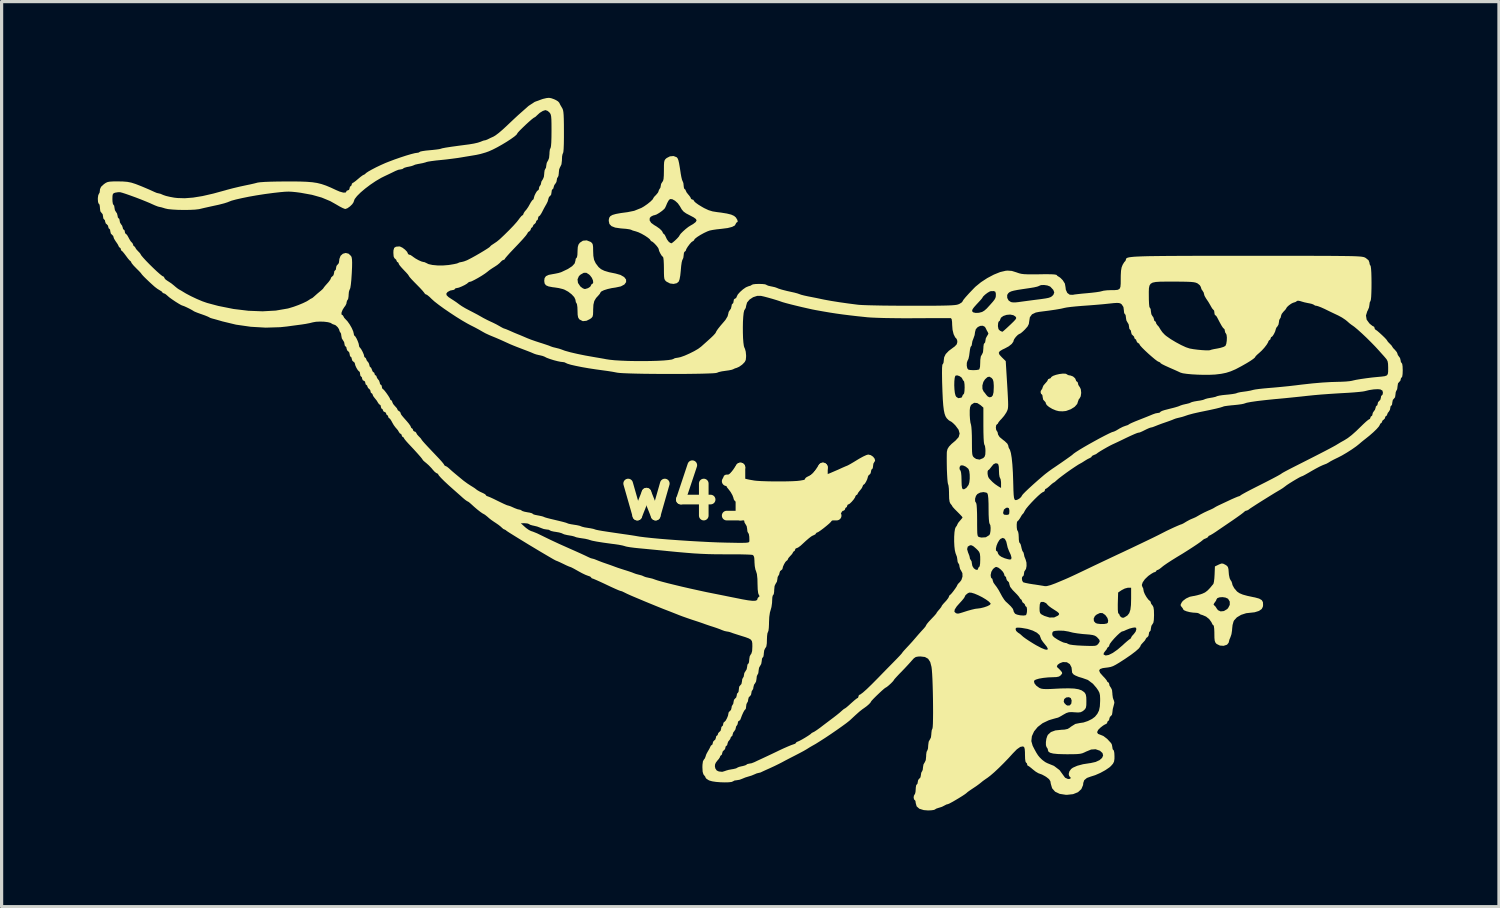
<source format=kicad_pcb>
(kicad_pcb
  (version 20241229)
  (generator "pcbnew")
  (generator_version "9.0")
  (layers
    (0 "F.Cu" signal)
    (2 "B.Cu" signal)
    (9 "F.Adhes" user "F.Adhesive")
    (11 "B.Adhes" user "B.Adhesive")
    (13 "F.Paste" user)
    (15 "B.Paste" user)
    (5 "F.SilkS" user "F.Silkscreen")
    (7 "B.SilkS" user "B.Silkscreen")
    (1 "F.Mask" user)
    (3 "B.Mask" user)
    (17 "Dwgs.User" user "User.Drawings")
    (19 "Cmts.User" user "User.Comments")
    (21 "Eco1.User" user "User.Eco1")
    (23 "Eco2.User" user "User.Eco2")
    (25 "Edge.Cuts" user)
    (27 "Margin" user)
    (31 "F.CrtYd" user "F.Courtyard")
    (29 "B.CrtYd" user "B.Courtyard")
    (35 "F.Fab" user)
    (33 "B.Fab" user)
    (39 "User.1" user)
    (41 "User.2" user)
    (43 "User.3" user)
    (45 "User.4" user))
  (footprint "w41_1"
    (layer "F.Cu")
    (at 19.818 11.396)
    (property "Reference" "w41_1" (at 0 0.949 0) (layer "F.SilkS") (effects (font (size 1.5 1.5) (thickness 0.3))))
    (attr board_only exclude_from_pos_files exclude_from_bom)
    (fp_poly (pts (xy 10.159 -2.786) (xy 10.051 -2.761) (xy 9.959 -2.728) (xy 9.904 -2.691) (xy 9.896 -2.672) (xy 9.87 -2.647) (xy 9.848 -2.644) (xy 9.805 -2.624) (xy 9.799 -2.607) (xy 9.777 -2.562) (xy 9.724 -2.501) (xy 9.718 -2.495) (xy 9.662 -2.43) (xy 9.637 -2.375) (xy 9.637 -2.372) (xy 9.618 -2.316) (xy 9.604 -2.303) (xy 9.577 -2.257) (xy 9.572 -2.22) (xy 9.586 -2.169) (xy 9.604 -2.157) (xy 9.627 -2.129) (xy 9.637 -2.063) (xy 9.652 -1.987) (xy 9.685 -1.951) (xy 9.727 -1.906) (xy 9.734 -1.874) (xy 9.762 -1.82) (xy 9.836 -1.758) (xy 9.937 -1.698) (xy 10.05 -1.651) (xy 10.143 -1.628) (xy 10.254 -1.623) (xy 10.358 -1.633) (xy 10.367 -1.635) (xy 10.515 -1.689) (xy 10.635 -1.765) (xy 10.713 -1.853) (xy 10.739 -1.934) (xy 10.763 -1.999) (xy 10.788 -2.027) (xy 10.822 -2.09) (xy 10.837 -2.194) (xy 10.837 -2.206) (xy 10.825 -2.313) (xy 10.793 -2.38) (xy 10.788 -2.384) (xy 10.747 -2.448) (xy 10.74 -2.486) (xy 10.725 -2.536) (xy 10.707 -2.546) (xy 10.678 -2.572) (xy 10.675 -2.59) (xy 10.647 -2.653) (xy 10.582 -2.71) (xy 10.503 -2.74) (xy 10.488 -2.741) (xy 10.423 -2.755) (xy 10.399 -2.774) (xy 10.352 -2.796) (xy 10.266 -2.799)) (stroke (width 0) (type solid)) (fill yes) (layer "F.SilkS"))
    (fp_poly (pts (xy -4.696 -6.942) (xy -4.791 -6.88) (xy -4.834 -6.821) (xy -4.856 -6.746) (xy -4.863 -6.633) (xy -4.864 -6.605) (xy -4.868 -6.5) (xy -4.881 -6.428) (xy -4.896 -6.407) (xy -4.92 -6.379) (xy -4.928 -6.324) (xy -4.953 -6.235) (xy -5.031 -6.148) (xy -5.165 -6.06) (xy -5.359 -5.968) (xy -5.383 -5.958) (xy -5.464 -5.934) (xy -5.575 -5.911) (xy -5.623 -5.903) (xy -5.762 -5.877) (xy -5.848 -5.837) (xy -5.891 -5.775) (xy -5.902 -5.691) (xy -5.89 -5.609) (xy -5.849 -5.553) (xy -5.768 -5.517) (xy -5.636 -5.492) (xy -5.574 -5.485) (xy -5.446 -5.465) (xy -5.325 -5.435) (xy -5.275 -5.418) (xy -5.154 -5.353) (xy -5.047 -5.27) (xy -4.967 -5.183) (xy -4.93 -5.105) (xy -4.928 -5.092) (xy -4.916 -5.024) (xy -4.896 -4.996) (xy -4.88 -4.955) (xy -4.868 -4.869) (xy -4.864 -4.758) (xy -4.86 -4.632) (xy -4.846 -4.553) (xy -4.817 -4.502) (xy -4.798 -4.484) (xy -4.699 -4.434) (xy -4.584 -4.446) (xy -4.482 -4.497) (xy -4.427 -4.536) (xy -4.395 -4.576) (xy -4.381 -4.636) (xy -4.377 -4.735) (xy -4.377 -4.788) (xy -4.369 -4.946) (xy -4.342 -5.061) (xy -4.286 -5.156) (xy -4.223 -5.224) (xy -4.171 -5.284) (xy -4.15 -5.327) (xy -4.15 -5.327) (xy -4.12 -5.361) (xy -4.041 -5.399) (xy -3.928 -5.435) (xy -3.795 -5.465) (xy -3.68 -5.482) (xy -3.513 -5.518) (xy -3.403 -5.577) (xy -3.36 -5.637) (xy -4.375 -5.637) (xy -4.395 -5.599) (xy -4.409 -5.596) (xy -4.439 -5.57) (xy -4.442 -5.552) (xy -4.47 -5.506) (xy -4.537 -5.463) (xy -4.62 -5.438) (xy -4.64 -5.436) (xy -4.696 -5.456) (xy -4.767 -5.508) (xy -4.778 -5.519) (xy -4.85 -5.626) (xy -4.864 -5.737) (xy -4.821 -5.837) (xy -4.769 -5.886) (xy -4.67 -5.941) (xy -4.588 -5.942) (xy -4.503 -5.888) (xy -4.472 -5.858) (xy -4.417 -5.785) (xy -4.383 -5.705) (xy -4.375 -5.637) (xy -3.36 -5.637) (xy -3.349 -5.652) (xy -3.351 -5.732) (xy -3.41 -5.809) (xy -3.525 -5.875) (xy -3.68 -5.919) (xy -3.881 -5.96) (xy -4.028 -6.004) (xy -4.133 -6.056) (xy -4.207 -6.119) (xy -4.213 -6.126) (xy -4.298 -6.239) (xy -4.348 -6.345) (xy -4.371 -6.47) (xy -4.377 -6.618) (xy -4.379 -6.742) (xy -4.388 -6.819) (xy -4.41 -6.866) (xy -4.448 -6.9) (xy -4.457 -6.906) (xy -4.578 -6.953)) (stroke (width 0) (type solid)) (fill yes) (layer "F.SilkS"))
    (fp_poly (pts (xy 15.133 3.151) (xy 15.119 3.158) (xy 15.006 3.212) (xy 14.996 3.466) (xy 14.988 3.591) (xy 14.975 3.693) (xy 14.96 3.753) (xy 14.957 3.758) (xy 14.854 3.883) (xy 14.772 3.967) (xy 14.698 4.023) (xy 14.616 4.061) (xy 14.559 4.081) (xy 14.453 4.111) (xy 14.366 4.131) (xy 14.33 4.136) (xy 14.222 4.158) (xy 14.106 4.212) (xy 14.009 4.285) (xy 13.974 4.329) (xy 13.939 4.397) (xy 13.941 4.439) (xy 13.967 4.472) (xy 14.007 4.524) (xy 14.016 4.55) (xy 14.045 4.579) (xy 14.119 4.61) (xy 14.219 4.636) (xy 14.326 4.652) (xy 14.383 4.655) (xy 14.464 4.662) (xy 14.513 4.68) (xy 14.516 4.683) (xy 14.558 4.71) (xy 14.624 4.73) (xy 14.732 4.777) (xy 14.831 4.858) (xy 14.898 4.951) (xy 14.906 4.971) (xy 14.935 5.028) (xy 14.959 5.044) (xy 14.973 5.074) (xy 14.984 5.154) (xy 14.989 5.267) (xy 14.989 5.307) (xy 14.991 5.441) (xy 15 5.527) (xy 15.019 5.581) (xy 15.051 5.621) (xy 15.062 5.63) (xy 15.162 5.679) (xy 15.278 5.687) (xy 15.378 5.654) (xy 15.387 5.648) (xy 15.433 5.592) (xy 15.443 5.555) (xy 15.458 5.493) (xy 15.492 5.413) (xy 15.522 5.324) (xy 15.54 5.207) (xy 15.543 5.158) (xy 15.556 5.039) (xy 15.586 4.93) (xy 15.601 4.898) (xy 15.69 4.8) (xy 15.823 4.721) (xy 15.981 4.67) (xy 16.109 4.656) (xy 16.245 4.641) (xy 16.367 4.603) (xy 16.385 4.595) (xy 16.464 4.54) (xy 16.5 4.472) (xy 16.508 4.42) (xy 16.503 4.327) (xy 16.493 4.308) (xy 15.469 4.308) (xy 15.469 4.411) (xy 15.417 4.511) (xy 15.387 4.543) (xy 15.286 4.603) (xy 15.185 4.614) (xy 15.102 4.576) (xy 15.066 4.529) (xy 15.021 4.46) (xy 14.985 4.426) (xy 14.963 4.396) (xy 14.989 4.35) (xy 14.999 4.338) (xy 15.041 4.279) (xy 15.054 4.242) (xy 15.082 4.2) (xy 15.152 4.175) (xy 15.244 4.169) (xy 15.337 4.183) (xy 15.411 4.217) (xy 15.417 4.222) (xy 15.469 4.308) (xy 16.493 4.308) (xy 16.466 4.262) (xy 16.385 4.215) (xy 16.251 4.178) (xy 16.217 4.172) (xy 16.019 4.13) (xy 15.875 4.09) (xy 15.773 4.047) (xy 15.702 3.999) (xy 15.693 3.991) (xy 15.608 3.891) (xy 15.554 3.792) (xy 15.541 3.733) (xy 15.519 3.673) (xy 15.494 3.64) (xy 15.465 3.579) (xy 15.443 3.475) (xy 15.437 3.404) (xy 15.428 3.294) (xy 15.41 3.228) (xy 15.372 3.186) (xy 15.33 3.159) (xy 15.261 3.125) (xy 15.206 3.122)) (stroke (width 0) (type solid)) (fill yes) (layer "F.SilkS"))
    (fp_poly (pts (xy -1.983 -9.572) (xy -2.086 -9.519) (xy -2.125 -9.484) (xy -2.15 -9.446) (xy -2.164 -9.39) (xy -2.17 -9.3) (xy -2.171 -9.163) (xy -2.171 -9.133) (xy -2.174 -8.974) (xy -2.182 -8.868) (xy -2.199 -8.804) (xy -2.22 -8.775) (xy -2.259 -8.712) (xy -2.268 -8.659) (xy -2.281 -8.592) (xy -2.301 -8.564) (xy -2.33 -8.517) (xy -2.333 -8.496) (xy -2.356 -8.442) (xy -2.41 -8.377) (xy -2.414 -8.372) (xy -2.469 -8.316) (xy -2.495 -8.28) (xy -2.496 -8.278) (xy -2.521 -8.231) (xy -2.589 -8.163) (xy -2.684 -8.086) (xy -2.794 -8.01) (xy -2.874 -7.964) (xy -3.098 -7.874) (xy -3.306 -7.832) (xy -3.515 -7.804) (xy -3.668 -7.776) (xy -3.773 -7.746) (xy -3.84 -7.708) (xy -3.875 -7.66) (xy -3.889 -7.596) (xy -3.89 -7.557) (xy -3.87 -7.464) (xy -3.805 -7.396) (xy -3.69 -7.351) (xy -3.519 -7.326) (xy -3.47 -7.322) (xy -3.348 -7.312) (xy -3.25 -7.298) (xy -3.196 -7.284) (xy -3.193 -7.282) (xy -3.141 -7.259) (xy -3.058 -7.236) (xy -3.047 -7.233) (xy -2.965 -7.205) (xy -2.864 -7.157) (xy -2.759 -7.097) (xy -2.669 -7.036) (xy -2.608 -6.985) (xy -2.593 -6.959) (xy -2.568 -6.927) (xy -2.56 -6.926) (xy -2.518 -6.903) (xy -2.456 -6.846) (xy -2.393 -6.776) (xy -2.347 -6.712) (xy -2.334 -6.679) (xy -2.319 -6.62) (xy -2.283 -6.545) (xy -2.242 -6.477) (xy -2.207 -6.441) (xy -2.201 -6.439) (xy -2.189 -6.409) (xy -2.179 -6.327) (xy -2.173 -6.205) (xy -2.171 -6.085) (xy -2.17 -5.929) (xy -2.166 -5.824) (xy -2.157 -5.757) (xy -2.138 -5.713) (xy -2.108 -5.681) (xy -2.086 -5.663) (xy -1.981 -5.609) (xy -1.869 -5.595) (xy -1.769 -5.618) (xy -1.709 -5.669) (xy -1.683 -5.74) (xy -1.661 -5.859) (xy -1.645 -6.01) (xy -1.644 -6.029) (xy -1.632 -6.162) (xy -1.616 -6.271) (xy -1.598 -6.339) (xy -1.591 -6.351) (xy -1.566 -6.407) (xy -1.555 -6.491) (xy -1.555 -6.494) (xy -1.546 -6.567) (xy -1.525 -6.601) (xy -1.522 -6.601) (xy -1.491 -6.626) (xy -1.49 -6.633) (xy -1.471 -6.685) (xy -1.425 -6.76) (xy -1.366 -6.838) (xy -1.31 -6.9) (xy -1.271 -6.925) (xy -1.233 -6.951) (xy -1.23 -6.966) (xy -1.202 -7.004) (xy -1.132 -7.059) (xy -1.033 -7.122) (xy -0.922 -7.183) (xy -0.815 -7.233) (xy -0.744 -7.259) (xy -0.656 -7.277) (xy -0.529 -7.296) (xy -0.388 -7.311) (xy -0.371 -7.313) (xy -0.183 -7.337) (xy -0.044 -7.373) (xy 0.041 -7.418) (xy 0.067 -7.466) (xy 0.087 -7.506) (xy 0.1 -7.51) (xy 0.129 -7.532) (xy 0.122 -7.574) (xy -1.153 -7.574) (xy -1.176 -7.53) (xy -1.188 -7.517) (xy -1.261 -7.461) (xy -1.344 -7.413) (xy -1.409 -7.372) (xy -1.492 -7.307) (xy -1.575 -7.233) (xy -1.644 -7.164) (xy -1.681 -7.115) (xy -1.685 -7.104) (xy -1.707 -7.069) (xy -1.761 -7.009) (xy -1.83 -6.943) (xy -1.895 -6.888) (xy -1.937 -6.861) (xy -1.941 -6.861) (xy -1.986 -6.882) (xy -2.027 -6.916) (xy -2.079 -6.988) (xy -2.113 -7.062) (xy -2.145 -7.126) (xy -2.174 -7.153) (xy -2.202 -7.178) (xy -2.204 -7.19) (xy -2.231 -7.244) (xy -2.302 -7.315) (xy -2.406 -7.389) (xy -2.474 -7.429) (xy -2.569 -7.499) (xy -2.617 -7.577) (xy -2.612 -7.651) (xy -2.575 -7.693) (xy -2.505 -7.729) (xy -2.465 -7.738) (xy -2.404 -7.758) (xy -2.318 -7.808) (xy -2.229 -7.871) (xy -2.159 -7.933) (xy -2.136 -7.964) (xy -2.106 -8.027) (xy -2.07 -8.113) (xy -2.068 -8.117) (xy -2.027 -8.193) (xy -1.985 -8.238) (xy -1.981 -8.24) (xy -1.911 -8.236) (xy -1.824 -8.188) (xy -1.739 -8.111) (xy -1.671 -8.015) (xy -1.669 -8.011) (xy -1.615 -7.917) (xy -1.558 -7.85) (xy -1.478 -7.793) (xy -1.36 -7.731) (xy -1.239 -7.667) (xy -1.172 -7.617) (xy -1.153 -7.574) (xy 0.122 -7.574) (xy 0.119 -7.589) (xy 0.073 -7.666) (xy 0.016 -7.715) (xy -0.074 -7.756) (xy -0.208 -7.789) (xy -0.394 -7.819) (xy -0.509 -7.833) (xy -0.654 -7.856) (xy -0.781 -7.895) (xy -0.917 -7.959) (xy -0.987 -7.999) (xy -1.097 -8.066) (xy -1.181 -8.127) (xy -1.226 -8.17) (xy -1.23 -8.18) (xy -1.256 -8.218) (xy -1.279 -8.223) (xy -1.322 -8.242) (xy -1.328 -8.257) (xy -1.348 -8.302) (xy -1.398 -8.367) (xy -1.409 -8.379) (xy -1.463 -8.447) (xy -1.489 -8.501) (xy -1.49 -8.507) (xy -1.51 -8.545) (xy -1.522 -8.548) (xy -1.544 -8.576) (xy -1.555 -8.645) (xy -1.555 -8.655) (xy -1.564 -8.738) (xy -1.585 -8.792) (xy -1.586 -8.793) (xy -1.606 -8.839) (xy -1.628 -8.93) (xy -1.649 -9.046) (xy -1.649 -9.051) (xy -1.677 -9.233) (xy -1.699 -9.361) (xy -1.719 -9.447) (xy -1.739 -9.501) (xy -1.763 -9.534) (xy -1.775 -9.545) (xy -1.87 -9.582)) (stroke (width 0) (type solid)) (fill yes) (layer "F.SilkS"))
    (fp_poly (pts (xy -5.829 -11.389) (xy -5.935 -11.364) (xy -5.963 -11.356) (xy -6.198 -11.27) (xy -6.385 -11.148) (xy -6.409 -11.128) (xy -6.45 -11.091) (xy -6.525 -11.025) (xy -6.617 -10.944) (xy -6.619 -10.942) (xy -6.716 -10.856) (xy -6.841 -10.74) (xy -6.976 -10.613) (xy -7.078 -10.516) (xy -7.201 -10.403) (xy -7.319 -10.302) (xy -7.42 -10.226) (xy -7.483 -10.188) (xy -7.576 -10.146) (xy -7.65 -10.109) (xy -7.661 -10.103) (xy -7.726 -10.077) (xy -7.753 -10.072) (xy -7.806 -10.06) (xy -7.884 -10.028) (xy -7.892 -10.025) (xy -7.974 -9.998) (xy -8.096 -9.97) (xy -8.233 -9.947) (xy -8.253 -9.944) (xy -8.558 -9.904) (xy -8.797 -9.871) (xy -8.972 -9.844) (xy -9.083 -9.823) (xy -9.129 -9.808) (xy -9.174 -9.797) (xy -9.268 -9.784) (xy -9.393 -9.77) (xy -9.462 -9.764) (xy -9.595 -9.751) (xy -9.702 -9.735) (xy -9.768 -9.72) (xy -9.78 -9.712) (xy -9.824 -9.687) (xy -9.857 -9.683) (xy -9.933 -9.672) (xy -10.055 -9.641) (xy -10.211 -9.595) (xy -10.387 -9.537) (xy -10.571 -9.473) (xy -10.748 -9.406) (xy -10.849 -9.366) (xy -10.997 -9.3) (xy -11.144 -9.23) (xy -11.278 -9.16) (xy -11.386 -9.099) (xy -11.456 -9.052) (xy -11.476 -9.031) (xy -11.513 -9.002) (xy -11.519 -9.002) (xy -11.56 -8.982) (xy -11.631 -8.93) (xy -11.7 -8.872) (xy -11.782 -8.803) (xy -11.847 -8.756) (xy -11.875 -8.742) (xy -11.9 -8.716) (xy -11.903 -8.694) (xy -11.92 -8.651) (xy -11.935 -8.645) (xy -11.962 -8.618) (xy -11.968 -8.58) (xy -11.988 -8.527) (xy -12.016 -8.515) (xy -12.06 -8.5) (xy -12.065 -8.486) (xy -12.091 -8.445) (xy -12.164 -8.441) (xy -12.278 -8.473) (xy -12.386 -8.519) (xy -12.556 -8.598) (xy -12.704 -8.66) (xy -12.842 -8.707) (xy -12.982 -8.742) (xy -13.134 -8.765) (xy -13.31 -8.779) (xy -13.523 -8.787) (xy -13.782 -8.79) (xy -13.951 -8.789) (xy -14.205 -8.787) (xy -14.43 -8.782) (xy -14.615 -8.775) (xy -14.754 -8.765) (xy -14.836 -8.754) (xy -14.843 -8.752) (xy -14.947 -8.725) (xy -15.079 -8.695) (xy -15.163 -8.678) (xy -15.382 -8.631) (xy -15.605 -8.578) (xy -15.799 -8.527) (xy -15.828 -8.518) (xy -16.216 -8.412) (xy -16.554 -8.334) (xy -16.849 -8.286) (xy -17.108 -8.266) (xy -17.339 -8.273) (xy -17.435 -8.284) (xy -17.571 -8.309) (xy -17.694 -8.338) (xy -17.779 -8.367) (xy -17.786 -8.37) (xy -17.864 -8.404) (xy -17.922 -8.418) (xy -17.923 -8.418) (xy -17.98 -8.431) (xy -18.056 -8.463) (xy -18.207 -8.532) (xy -18.409 -8.618) (xy -18.472 -8.644) (xy -18.641 -8.71) (xy -18.776 -8.753) (xy -18.899 -8.777) (xy -19.036 -8.788) (xy -19.188 -8.791) (xy -19.339 -8.79) (xy -19.442 -8.784) (xy -19.513 -8.771) (xy -19.569 -8.746) (xy -19.627 -8.706) (xy -19.634 -8.7) (xy -19.717 -8.623) (xy -19.751 -8.548) (xy -19.753 -8.516) (xy -19.763 -8.441) (xy -19.786 -8.402) (xy -19.805 -8.36) (xy -19.817 -8.278) (xy -19.818 -8.238) (xy -19.812 -8.151) (xy -19.795 -8.1) (xy -19.786 -8.094) (xy -19.765 -8.065) (xy -19.754 -7.993) (xy -19.753 -7.963) (xy -19.74 -7.859) (xy -19.705 -7.813) (xy -19.668 -7.769) (xy -19.656 -7.701) (xy -19.646 -7.634) (xy -19.623 -7.607) (xy -19.597 -7.58) (xy -19.591 -7.541) (xy -19.57 -7.479) (xy -19.542 -7.457) (xy -19.501 -7.412) (xy -19.494 -7.376) (xy -19.479 -7.326) (xy -19.461 -7.315) (xy -19.437 -7.287) (xy -19.429 -7.233) (xy -19.412 -7.164) (xy -19.38 -7.132) (xy -19.337 -7.088) (xy -19.332 -7.063) (xy -19.313 -7.007) (xy -19.266 -6.929) (xy -19.25 -6.907) (xy -19.199 -6.832) (xy -19.171 -6.776) (xy -19.169 -6.766) (xy -19.146 -6.733) (xy -19.137 -6.731) (xy -19.108 -6.705) (xy -19.104 -6.683) (xy -19.091 -6.639) (xy -19.08 -6.633) (xy -19.05 -6.608) (xy -18.996 -6.544) (xy -18.942 -6.472) (xy -18.879 -6.387) (xy -18.828 -6.328) (xy -18.804 -6.31) (xy -18.781 -6.284) (xy -18.78 -6.273) (xy -18.758 -6.234) (xy -18.701 -6.165) (xy -18.62 -6.082) (xy -18.618 -6.079) (xy -18.537 -5.999) (xy -18.479 -5.937) (xy -18.456 -5.905) (xy -18.456 -5.905) (xy -18.433 -5.876) (xy -18.375 -5.814) (xy -18.291 -5.732) (xy -18.194 -5.64) (xy -18.094 -5.549) (xy -18.042 -5.503) (xy -17.959 -5.44) (xy -17.882 -5.393) (xy -17.88 -5.392) (xy -17.824 -5.357) (xy -17.807 -5.331) (xy -17.781 -5.306) (xy -17.764 -5.304) (xy -17.714 -5.282) (xy -17.65 -5.229) (xy -17.646 -5.224) (xy -17.59 -5.176) (xy -17.503 -5.113) (xy -17.401 -5.044) (xy -17.3 -4.981) (xy -17.218 -4.934) (xy -17.169 -4.915) (xy -17.167 -4.915) (xy -17.127 -4.901) (xy -17.052 -4.867) (xy -16.964 -4.824) (xy -16.886 -4.782) (xy -16.838 -4.753) (xy -16.834 -4.749) (xy -16.797 -4.73) (xy -16.716 -4.697) (xy -16.606 -4.657) (xy -16.59 -4.652) (xy -16.478 -4.612) (xy -16.392 -4.577) (xy -16.349 -4.556) (xy -16.347 -4.554) (xy -16.306 -4.533) (xy -16.25 -4.516) (xy -16.178 -4.497) (xy -16.068 -4.466) (xy -15.944 -4.43) (xy -15.942 -4.429) (xy -15.51 -4.325) (xy -15.049 -4.259) (xy -14.583 -4.232) (xy -14.132 -4.246) (xy -13.93 -4.267) (xy -13.769 -4.289) (xy -13.59 -4.313) (xy -13.476 -4.328) (xy -13.338 -4.349) (xy -13.206 -4.375) (xy -13.119 -4.397) (xy -13.019 -4.415) (xy -12.892 -4.421) (xy -12.761 -4.417) (xy -12.644 -4.402) (xy -12.562 -4.38) (xy -12.542 -4.367) (xy -12.485 -4.334) (xy -12.464 -4.331) (xy -12.405 -4.306) (xy -12.342 -4.248) (xy -12.299 -4.182) (xy -12.292 -4.154) (xy -12.272 -4.099) (xy -12.26 -4.087) (xy -12.236 -4.043) (xy -12.227 -3.976) (xy -12.211 -3.894) (xy -12.179 -3.844) (xy -12.14 -3.781) (xy -12.13 -3.727) (xy -12.118 -3.668) (xy -12.098 -3.649) (xy -12.071 -3.622) (xy -12.065 -3.584) (xy -12.044 -3.521) (xy -12.016 -3.499) (xy -11.979 -3.456) (xy -11.968 -3.403) (xy -11.956 -3.343) (xy -11.935 -3.325) (xy -11.909 -3.298) (xy -11.903 -3.259) (xy -11.882 -3.197) (xy -11.854 -3.175) (xy -11.811 -3.137) (xy -11.806 -3.116) (xy -11.791 -3.055) (xy -11.757 -2.979) (xy -11.715 -2.91) (xy -11.68 -2.872) (xy -11.673 -2.871) (xy -11.651 -2.843) (xy -11.643 -2.79) (xy -11.632 -2.729) (xy -11.611 -2.709) (xy -11.585 -2.682) (xy -11.579 -2.644) (xy -11.558 -2.591) (xy -11.53 -2.579) (xy -11.49 -2.552) (xy -11.481 -2.514) (xy -11.468 -2.461) (xy -11.449 -2.449) (xy -11.42 -2.423) (xy -11.416 -2.399) (xy -11.39 -2.345) (xy -11.368 -2.331) (xy -11.327 -2.287) (xy -11.319 -2.251) (xy -11.305 -2.2) (xy -11.287 -2.19) (xy -11.256 -2.164) (xy -11.254 -2.149) (xy -11.234 -2.099) (xy -11.184 -2.032) (xy -11.179 -2.027) (xy -11.121 -1.954) (xy -11.083 -1.89) (xy -11.083 -1.89) (xy -11.049 -1.842) (xy -11.028 -1.833) (xy -11.001 -1.806) (xy -10.995 -1.768) (xy -10.981 -1.715) (xy -10.962 -1.703) (xy -10.933 -1.677) (xy -10.93 -1.654) (xy -10.904 -1.611) (xy -10.881 -1.606) (xy -10.838 -1.58) (xy -10.832 -1.557) (xy -10.815 -1.514) (xy -10.8 -1.508) (xy -10.771 -1.482) (xy -10.768 -1.46) (xy -10.751 -1.417) (xy -10.737 -1.411) (xy -10.705 -1.384) (xy -10.662 -1.318) (xy -10.648 -1.289) (xy -10.593 -1.193) (xy -10.533 -1.113) (xy -10.523 -1.103) (xy -10.465 -1.035) (xy -10.434 -0.981) (xy -10.401 -0.933) (xy -10.379 -0.925) (xy -10.35 -0.898) (xy -10.346 -0.876) (xy -10.328 -0.833) (xy -10.313 -0.827) (xy -10.282 -0.805) (xy -10.281 -0.798) (xy -10.26 -0.761) (xy -10.206 -0.694) (xy -10.143 -0.624) (xy -9.976 -0.446) (xy -9.846 -0.303) (xy -9.755 -0.199) (xy -9.705 -0.136) (xy -9.696 -0.119) (xy -9.672 -0.088) (xy -9.613 -0.036) (xy -9.591 -0.02) (xy -9.504 0.057) (xy -9.413 0.152) (xy -9.389 0.182) (xy -9.324 0.255) (xy -9.269 0.3) (xy -9.251 0.307) (xy -9.213 0.327) (xy -9.21 0.337) (xy -9.187 0.377) (xy -9.12 0.452) (xy -9.017 0.555) (xy -8.885 0.678) (xy -8.736 0.811) (xy -8.626 0.908) (xy -8.516 1.005) (xy -8.435 1.078) (xy -8.362 1.139) (xy -8.307 1.177) (xy -8.293 1.183) (xy -8.255 1.204) (xy -8.194 1.256) (xy -8.175 1.273) (xy -8.087 1.353) (xy -7.989 1.437) (xy -7.897 1.509) (xy -7.827 1.558) (xy -7.804 1.57) (xy -7.75 1.601) (xy -7.67 1.665) (xy -7.62 1.71) (xy -7.555 1.761) (xy -7.464 1.824) (xy -7.419 1.853) (xy -7.326 1.917) (xy -7.25 1.978) (xy -7.228 2) (xy -7.175 2.046) (xy -7.141 2.06) (xy -7.1 2.081) (xy -7.096 2.086) (xy -7.067 2.109) (xy -6.991 2.159) (xy -6.876 2.231) (xy -6.731 2.321) (xy -6.566 2.422) (xy -6.388 2.531) (xy -6.206 2.64) (xy -6.03 2.746) (xy -5.867 2.842) (xy -5.727 2.924) (xy -5.619 2.987) (xy -5.55 3.024) (xy -5.53 3.033) (xy -5.492 3.047) (xy -5.414 3.082) (xy -5.313 3.13) (xy -5.21 3.18) (xy -5.13 3.215) (xy -5.091 3.228) (xy -5.053 3.243) (xy -4.974 3.284) (xy -4.871 3.342) (xy -4.846 3.356) (xy -4.727 3.421) (xy -4.619 3.473) (xy -4.541 3.503) (xy -4.534 3.505) (xy -4.468 3.528) (xy -4.442 3.555) (xy -4.417 3.584) (xy -4.409 3.585) (xy -4.369 3.598) (xy -4.282 3.635) (xy -4.161 3.689) (xy -4.015 3.757) (xy -3.969 3.779) (xy -3.819 3.85) (xy -3.689 3.909) (xy -3.59 3.952) (xy -3.535 3.973) (xy -3.528 3.974) (xy -3.478 3.988) (xy -3.409 4.021) (xy -3.318 4.066) (xy -3.214 4.113) (xy -3.209 4.115) (xy -3.133 4.148) (xy -3.014 4.198) (xy -2.871 4.258) (xy -2.755 4.307) (xy -2.58 4.379) (xy -2.392 4.456) (xy -2.218 4.526) (xy -2.139 4.557) (xy -1.991 4.614) (xy -1.844 4.672) (xy -1.725 4.719) (xy -1.701 4.729) (xy -1.592 4.77) (xy -1.448 4.821) (xy -1.296 4.873) (xy -1.263 4.884) (xy -1.128 4.928) (xy -1.009 4.968) (xy -0.924 4.998) (xy -0.906 5.005) (xy -0.829 5.032) (xy -0.72 5.069) (xy -0.646 5.092) (xy -0.526 5.132) (xy -0.415 5.173) (xy -0.366 5.194) (xy -0.281 5.225) (xy -0.216 5.239) (xy -0.213 5.239) (xy -0.144 5.251) (xy -0.088 5.268) (xy -0.021 5.293) (xy 0.087 5.328) (xy 0.21 5.367) (xy 0.213 5.368) (xy 0.37 5.417) (xy 0.475 5.456) (xy 0.539 5.494) (xy 0.572 5.542) (xy 0.584 5.607) (xy 0.586 5.701) (xy 0.586 5.711) (xy 0.579 5.849) (xy 0.555 5.931) (xy 0.538 5.953) (xy 0.504 6.013) (xy 0.489 6.108) (xy 0.489 6.119) (xy 0.481 6.199) (xy 0.463 6.242) (xy 0.456 6.245) (xy 0.433 6.273) (xy 0.424 6.338) (xy 0.408 6.42) (xy 0.375 6.472) (xy 0.336 6.535) (xy 0.327 6.587) (xy 0.314 6.654) (xy 0.294 6.683) (xy 0.271 6.726) (xy 0.262 6.799) (xy 0.246 6.877) (xy 0.213 6.914) (xy 0.176 6.96) (xy 0.165 7.043) (xy 0.156 7.116) (xy 0.136 7.152) (xy 0.132 7.153) (xy 0.107 7.181) (xy 0.1 7.231) (xy 0.082 7.298) (xy 0.051 7.327) (xy 0.014 7.37) (xy 0.002 7.426) (xy -0.01 7.495) (xy -0.03 7.526) (xy -0.056 7.571) (xy -0.063 7.622) (xy -0.081 7.688) (xy -0.111 7.716) (xy -0.152 7.76) (xy -0.16 7.796) (xy -0.173 7.865) (xy -0.207 7.948) (xy -0.247 8.021) (xy -0.285 8.059) (xy -0.292 8.061) (xy -0.316 8.088) (xy -0.322 8.126) (xy -0.336 8.179) (xy -0.355 8.191) (xy -0.379 8.219) (xy -0.387 8.269) (xy -0.405 8.336) (xy -0.436 8.365) (xy -0.479 8.408) (xy -0.484 8.433) (xy -0.501 8.477) (xy -0.517 8.483) (xy -0.543 8.51) (xy -0.549 8.549) (xy -0.57 8.611) (xy -0.598 8.633) (xy -0.639 8.678) (xy -0.646 8.713) (xy -0.659 8.764) (xy -0.675 8.775) (xy -0.708 8.801) (xy -0.723 8.832) (xy -0.754 8.897) (xy -0.802 8.98) (xy -0.806 8.986) (xy -0.849 9.066) (xy -0.871 9.131) (xy -0.871 9.136) (xy -0.897 9.2) (xy -0.922 9.229) (xy -0.954 9.286) (xy -0.969 9.395) (xy -0.971 9.472) (xy -0.964 9.61) (xy -0.94 9.693) (xy -0.922 9.716) (xy -0.881 9.768) (xy -0.874 9.794) (xy -0.847 9.83) (xy -0.779 9.874) (xy -0.749 9.888) (xy -0.666 9.911) (xy -0.549 9.929) (xy -0.412 9.94) (xy -0.274 9.944) (xy -0.151 9.941) (xy -0.059 9.93) (xy -0.014 9.91) (xy -0.014 9.91) (xy 0.03 9.886) (xy 0.093 9.878) (xy 0.189 9.862) (xy 0.268 9.832) (xy 0.367 9.791) (xy 0.456 9.764) (xy 0.561 9.732) (xy 0.645 9.697) (xy 0.721 9.664) (xy 0.773 9.651) (xy 0.836 9.637) (xy 0.871 9.621) (xy 0.928 9.594) (xy 1.024 9.55) (xy 1.136 9.5) (xy 1.274 9.436) (xy 1.417 9.366) (xy 1.51 9.318) (xy 1.618 9.26) (xy 1.758 9.187) (xy 1.903 9.113) (xy 1.932 9.098) (xy 2.063 9.03) (xy 2.183 8.966) (xy 2.271 8.915) (xy 2.289 8.904) (xy 2.375 8.85) (xy 2.449 8.807) (xy 2.451 8.806) (xy 2.559 8.745) (xy 2.701 8.656) (xy 2.866 8.55) (xy 3.041 8.433) (xy 3.214 8.314) (xy 3.374 8.201) (xy 3.51 8.102) (xy 3.608 8.025) (xy 3.641 7.996) (xy 3.799 7.849) (xy 3.921 7.74) (xy 4.017 7.664) (xy 4.068 7.629) (xy 4.15 7.569) (xy 4.225 7.504) (xy 4.274 7.449) (xy 4.284 7.427) (xy 4.306 7.397) (xy 4.364 7.335) (xy 4.444 7.255) (xy 4.535 7.168) (xy 4.622 7.087) (xy 4.693 7.025) (xy 4.736 6.993) (xy 4.741 6.991) (xy 4.777 6.97) (xy 4.839 6.92) (xy 4.909 6.856) (xy 4.967 6.796) (xy 4.997 6.757) (xy 4.998 6.753) (xy 5.019 6.723) (xy 5.077 6.659) (xy 5.16 6.57) (xy 5.217 6.512) (xy 5.329 6.396) (xy 5.438 6.279) (xy 5.526 6.182) (xy 5.549 6.155) (xy 5.622 6.075) (xy 5.682 6.035) (xy 5.759 6.021) (xy 5.828 6.019) (xy 5.966 6.035) (xy 6.065 6.09) (xy 6.131 6.191) (xy 6.171 6.345) (xy 6.181 6.428) (xy 6.191 6.56) (xy 6.2 6.73) (xy 6.207 6.926) (xy 6.213 7.139) (xy 6.217 7.359) (xy 6.219 7.576) (xy 6.22 7.78) (xy 6.218 7.961) (xy 6.215 8.108) (xy 6.209 8.213) (xy 6.201 8.265) (xy 6.199 8.268) (xy 6.178 8.319) (xy 6.167 8.407) (xy 6.166 8.437) (xy 6.154 8.541) (xy 6.121 8.609) (xy 6.117 8.613) (xy 6.083 8.676) (xy 6.069 8.781) (xy 6.068 8.793) (xy 6.062 8.884) (xy 6.044 8.944) (xy 6.036 8.953) (xy 6.017 8.995) (xy 6.005 9.078) (xy 6.004 9.13) (xy 5.992 9.251) (xy 5.959 9.322) (xy 5.955 9.326) (xy 5.921 9.385) (xy 5.906 9.471) (xy 5.906 9.474) (xy 5.897 9.554) (xy 5.876 9.601) (xy 5.874 9.602) (xy 5.85 9.646) (xy 5.841 9.714) (xy 5.826 9.789) (xy 5.793 9.825) (xy 5.756 9.868) (xy 5.744 9.925) (xy 5.733 9.987) (xy 5.712 10.008) (xy 5.692 10.037) (xy 5.681 10.11) (xy 5.679 10.152) (xy 5.672 10.243) (xy 5.656 10.305) (xy 5.647 10.316) (xy 5.622 10.36) (xy 5.614 10.415) (xy 5.626 10.475) (xy 5.647 10.494) (xy 5.67 10.522) (xy 5.679 10.589) (xy 5.708 10.692) (xy 5.792 10.766) (xy 5.928 10.808) (xy 6.063 10.819) (xy 6.17 10.814) (xy 6.249 10.802) (xy 6.278 10.789) (xy 6.32 10.762) (xy 6.396 10.737) (xy 6.401 10.736) (xy 6.496 10.706) (xy 6.57 10.668) (xy 6.637 10.633) (xy 6.676 10.624) (xy 6.719 10.608) (xy 6.8 10.565) (xy 6.906 10.505) (xy 7.02 10.437) (xy 7.128 10.37) (xy 7.214 10.313) (xy 7.264 10.275) (xy 7.269 10.269) (xy 7.303 10.24) (xy 7.375 10.189) (xy 7.463 10.13) (xy 7.568 10.06) (xy 7.658 9.994) (xy 7.707 9.955) (xy 7.772 9.902) (xy 7.866 9.835) (xy 7.918 9.8) (xy 8.007 9.732) (xy 8.129 9.627) (xy 8.27 9.495) (xy 8.42 9.346) (xy 8.568 9.193) (xy 8.701 9.047) (xy 8.703 9.044) (xy 8.833 8.912) (xy 8.939 8.838) (xy 9.021 8.823) (xy 9.032 8.826) (xy 9.061 8.85) (xy 9.077 8.904) (xy 9.084 9) (xy 9.085 9.086) (xy 9.089 9.208) (xy 9.1 9.292) (xy 9.117 9.326) (xy 9.118 9.326) (xy 9.147 9.353) (xy 9.15 9.375) (xy 9.163 9.418) (xy 9.175 9.424) (xy 9.211 9.444) (xy 9.277 9.495) (xy 9.329 9.539) (xy 9.418 9.609) (xy 9.503 9.659) (xy 9.539 9.672) (xy 9.616 9.7) (xy 9.712 9.752) (xy 9.75 9.776) (xy 9.834 9.842) (xy 9.876 9.907) (xy 9.89 9.988) (xy 9.931 10.128) (xy 10.024 10.234) (xy 10.167 10.302) (xy 10.355 10.331) (xy 10.397 10.332) (xy 10.586 10.311) (xy 10.737 10.25) (xy 10.842 10.154) (xy 10.896 10.027) (xy 10.902 9.962) (xy 10.932 9.876) (xy 11.016 9.806) (xy 11.132 9.764) (xy 11.274 9.719) (xy 11.434 9.649) (xy 11.589 9.564) (xy 11.716 9.478) (xy 11.765 9.434) (xy 11.828 9.362) (xy 11.861 9.297) (xy 11.874 9.212) (xy 11.875 9.129) (xy 11.874 9.106) (xy 11.521 9.106) (xy 11.488 9.182) (xy 11.409 9.251) (xy 11.288 9.307) (xy 11.132 9.342) (xy 11.107 9.345) (xy 10.895 9.378) (xy 10.715 9.426) (xy 10.579 9.486) (xy 10.523 9.527) (xy 10.469 9.602) (xy 10.448 9.684) (xy 10.464 9.749) (xy 10.48 9.764) (xy 10.514 9.803) (xy 10.492 9.833) (xy 10.426 9.84) (xy 10.424 9.839) (xy 10.335 9.798) (xy 10.287 9.733) (xy 10.162 9.561) (xy 9.989 9.43) (xy 9.781 9.345) (xy 9.717 9.312) (xy 9.634 9.251) (xy 9.6 9.221) (xy 9.541 9.162) (xy 9.49 9.099) (xy 9.438 9.017) (xy 9.375 8.902) (xy 9.324 8.802) (xy 9.283 8.657) (xy 9.3 8.505) (xy 9.368 8.355) (xy 9.481 8.217) (xy 9.634 8.099) (xy 9.821 8.01) (xy 9.856 7.998) (xy 9.967 7.965) (xy 10.053 7.941) (xy 10.096 7.931) (xy 10.096 7.931) (xy 10.136 7.916) (xy 10.212 7.875) (xy 10.277 7.836) (xy 10.374 7.782) (xy 10.454 7.757) (xy 10.548 7.753) (xy 10.626 7.759) (xy 10.744 7.765) (xy 10.821 7.756) (xy 10.882 7.726) (xy 10.91 7.705) (xy 10.958 7.661) (xy 10.985 7.612) (xy 10.997 7.538) (xy 10.999 7.42) (xy 10.999 7.416) (xy 10.999 7.395) (xy 10.54 7.395) (xy 10.529 7.488) (xy 10.482 7.544) (xy 10.411 7.55) (xy 10.369 7.53) (xy 10.312 7.471) (xy 10.292 7.422) (xy 10.308 7.346) (xy 10.371 7.297) (xy 10.454 7.288) (xy 10.513 7.316) (xy 10.539 7.388) (xy 10.54 7.395) (xy 10.999 7.395) (xy 10.996 7.291) (xy 10.982 7.211) (xy 10.954 7.157) (xy 10.926 7.128) (xy 10.852 7.076) (xy 10.753 7.041) (xy 10.618 7.019) (xy 10.441 7.012) (xy 10.211 7.016) (xy 10.091 7.022) (xy 9.901 7.032) (xy 9.764 7.036) (xy 9.668 7.033) (xy 9.601 7.024) (xy 9.551 7.007) (xy 9.527 6.995) (xy 9.435 6.927) (xy 9.378 6.853) (xy 9.366 6.787) (xy 9.372 6.772) (xy 9.422 6.74) (xy 9.522 6.71) (xy 9.656 6.687) (xy 9.809 6.671) (xy 9.944 6.666) (xy 10.068 6.661) (xy 10.146 6.644) (xy 10.197 6.609) (xy 10.204 6.601) (xy 10.243 6.552) (xy 10.239 6.513) (xy 10.201 6.464) (xy 10.142 6.401) (xy 10.097 6.363) (xy 10.078 6.324) (xy 10.107 6.275) (xy 10.173 6.228) (xy 10.262 6.195) (xy 10.276 6.193) (xy 10.392 6.199) (xy 10.483 6.258) (xy 10.536 6.36) (xy 10.545 6.437) (xy 10.555 6.524) (xy 10.598 6.578) (xy 10.651 6.61) (xy 10.759 6.656) (xy 10.869 6.688) (xy 11.046 6.751) (xy 11.203 6.869) (xy 11.311 6.995) (xy 11.371 7.082) (xy 11.406 7.152) (xy 11.423 7.229) (xy 11.428 7.337) (xy 11.428 7.406) (xy 11.419 7.576) (xy 11.393 7.703) (xy 11.341 7.807) (xy 11.267 7.898) (xy 11.175 7.967) (xy 11.047 8.031) (xy 10.91 8.077) (xy 10.794 8.094) (xy 10.655 8.122) (xy 10.516 8.209) (xy 10.488 8.233) (xy 10.418 8.277) (xy 10.318 8.299) (xy 10.225 8.304) (xy 10.033 8.324) (xy 9.894 8.375) (xy 9.803 8.458) (xy 9.783 8.492) (xy 9.752 8.583) (xy 9.737 8.688) (xy 9.738 8.783) (xy 9.757 8.846) (xy 9.767 8.856) (xy 9.795 8.902) (xy 9.799 8.934) (xy 9.815 8.983) (xy 9.867 9.02) (xy 9.962 9.045) (xy 10.106 9.06) (xy 10.305 9.066) (xy 10.399 9.067) (xy 10.579 9.066) (xy 10.708 9.062) (xy 10.801 9.053) (xy 10.872 9.037) (xy 10.935 9.011) (xy 10.986 8.986) (xy 11.147 8.92) (xy 11.287 8.911) (xy 11.417 8.956) (xy 11.424 8.96) (xy 11.502 9.03) (xy 11.521 9.106) (xy 11.874 9.106) (xy 11.87 9.026) (xy 11.857 8.957) (xy 11.843 8.937) (xy 11.818 8.909) (xy 11.81 8.855) (xy 11.795 8.77) (xy 11.77 8.721) (xy 11.647 8.588) (xy 11.529 8.498) (xy 11.45 8.466) (xy 11.361 8.431) (xy 11.333 8.378) (xy 11.367 8.307) (xy 11.44 8.235) (xy 11.52 8.173) (xy 11.585 8.134) (xy 11.607 8.127) (xy 11.643 8.1) (xy 11.648 8.077) (xy 11.666 8.034) (xy 11.68 8.029) (xy 11.707 8.002) (xy 11.713 7.963) (xy 11.734 7.9) (xy 11.762 7.878) (xy 11.798 7.833) (xy 11.81 7.76) (xy 11.822 7.657) (xy 11.85 7.551) (xy 11.872 7.462) (xy 11.86 7.398) (xy 11.85 7.379) (xy 11.825 7.308) (xy 11.811 7.206) (xy 11.81 7.174) (xy 11.798 7.063) (xy 11.766 6.995) (xy 11.762 6.991) (xy 11.72 6.927) (xy 11.713 6.889) (xy 11.699 6.839) (xy 11.68 6.828) (xy 11.649 6.804) (xy 11.648 6.796) (xy 11.627 6.757) (xy 11.572 6.69) (xy 11.516 6.632) (xy 11.428 6.532) (xy 11.397 6.46) (xy 11.423 6.412) (xy 11.509 6.382) (xy 11.583 6.372) (xy 11.679 6.36) (xy 11.757 6.345) (xy 11.83 6.32) (xy 11.912 6.278) (xy 12.018 6.215) (xy 12.161 6.123) (xy 12.2 6.098) (xy 12.388 5.969) (xy 12.534 5.858) (xy 12.634 5.769) (xy 12.682 5.704) (xy 12.686 5.687) (xy 12.708 5.647) (xy 12.761 5.588) (xy 12.767 5.582) (xy 12.822 5.522) (xy 12.848 5.477) (xy 12.848 5.474) (xy 12.874 5.434) (xy 12.897 5.422) (xy 12.934 5.379) (xy 12.946 5.321) (xy 12.957 5.26) (xy 12.978 5.239) (xy 13.001 5.211) (xy 13.006 5.175) (xy 12.556 5.175) (xy 12.533 5.247) (xy 12.478 5.32) (xy 12.475 5.323) (xy 12.42 5.383) (xy 12.394 5.429) (xy 12.394 5.432) (xy 12.376 5.465) (xy 12.37 5.467) (xy 12.337 5.488) (xy 12.269 5.543) (xy 12.178 5.623) (xy 12.135 5.664) (xy 11.97 5.805) (xy 11.822 5.909) (xy 11.697 5.971) (xy 11.601 5.989) (xy 11.54 5.961) (xy 11.535 5.954) (xy 11.542 5.911) (xy 11.582 5.856) (xy 11.63 5.798) (xy 11.637 5.782) (xy 9.798 5.782) (xy 9.778 5.81) (xy 9.71 5.801) (xy 9.596 5.755) (xy 9.437 5.671) (xy 9.345 5.617) (xy 9.219 5.538) (xy 9.108 5.464) (xy 9.028 5.405) (xy 9.004 5.383) (xy 8.929 5.316) (xy 8.866 5.275) (xy 8.81 5.223) (xy 8.793 5.173) (xy 8.799 5.137) (xy 8.827 5.121) (xy 8.891 5.12) (xy 8.98 5.128) (xy 9.165 5.16) (xy 9.327 5.212) (xy 9.456 5.278) (xy 9.541 5.354) (xy 9.572 5.433) (xy 9.592 5.487) (xy 9.645 5.565) (xy 9.685 5.614) (xy 9.767 5.717) (xy 9.798 5.782) (xy 11.637 5.782) (xy 11.648 5.758) (xy 11.673 5.726) (xy 11.68 5.726) (xy 11.708 5.699) (xy 11.713 5.667) (xy 11.735 5.62) (xy 11.789 5.548) (xy 11.416 5.548) (xy 11.385 5.605) (xy 11.364 5.631) (xy 11.337 5.659) (xy 11.303 5.678) (xy 11.251 5.688) (xy 11.167 5.691) (xy 11.041 5.689) (xy 10.891 5.684) (xy 10.72 5.675) (xy 10.58 5.662) (xy 10.482 5.647) (xy 10.438 5.632) (xy 10.377 5.601) (xy 10.337 5.596) (xy 10.276 5.58) (xy 10.183 5.537) (xy 10.099 5.491) (xy 10.001 5.427) (xy 9.95 5.378) (xy 9.934 5.33) (xy 9.935 5.304) (xy 9.946 5.258) (xy 9.975 5.233) (xy 10.039 5.22) (xy 10.137 5.213) (xy 10.294 5.217) (xy 10.443 5.242) (xy 10.481 5.252) (xy 10.582 5.277) (xy 10.724 5.3) (xy 10.882 5.319) (xy 10.946 5.324) (xy 11.096 5.336) (xy 11.197 5.351) (xy 11.265 5.372) (xy 11.314 5.403) (xy 11.34 5.427) (xy 11.402 5.496) (xy 11.416 5.548) (xy 11.789 5.548) (xy 11.791 5.545) (xy 11.869 5.455) (xy 11.955 5.366) (xy 12.035 5.292) (xy 12.096 5.246) (xy 12.117 5.239) (xy 12.168 5.225) (xy 12.241 5.191) (xy 12.34 5.151) (xy 12.444 5.123) (xy 12.519 5.114) (xy 12.55 5.13) (xy 12.556 5.175) (xy 13.006 5.175) (xy 13.01 5.146) (xy 13.026 5.063) (xy 13.059 5.012) (xy 13.087 4.967) (xy 13.099 4.901) (xy 11.679 4.901) (xy 11.668 4.967) (xy 11.64 4.99) (xy 11.557 5.006) (xy 11.447 5.008) (xy 11.343 4.996) (xy 11.289 4.978) (xy 11.234 4.918) (xy 11.227 4.838) (xy 11.265 4.758) (xy 11.321 4.711) (xy 11.332 4.706) (xy 10.149 4.706) (xy 10.12 4.741) (xy 10.115 4.745) (xy 9.996 4.802) (xy 9.85 4.805) (xy 9.688 4.754) (xy 9.679 4.749) (xy 9.598 4.707) (xy 9.557 4.667) (xy 9.542 4.607) (xy 9.54 4.554) (xy 9.149 4.554) (xy 9.146 4.634) (xy 9.131 4.702) (xy 9.11 4.733) (xy 9.037 4.743) (xy 8.935 4.736) (xy 8.836 4.714) (xy 8.776 4.686) (xy 8.735 4.625) (xy 8.728 4.592) (xy 8.708 4.535) (xy 8.642 4.454) (xy 8.565 4.38) (xy 8.015 4.38) (xy 7.986 4.413) (xy 7.912 4.451) (xy 7.811 4.486) (xy 7.702 4.513) (xy 7.604 4.526) (xy 7.595 4.526) (xy 7.525 4.536) (xy 7.415 4.562) (xy 7.287 4.598) (xy 7.269 4.604) (xy 7.138 4.646) (xy 7.055 4.671) (xy 7.004 4.682) (xy 6.972 4.681) (xy 6.943 4.673) (xy 6.931 4.668) (xy 6.885 4.626) (xy 6.894 4.556) (xy 6.959 4.456) (xy 7.042 4.363) (xy 7.121 4.276) (xy 7.179 4.205) (xy 7.204 4.165) (xy 7.204 4.163) (xy 7.231 4.107) (xy 7.298 4.051) (xy 7.345 4.028) (xy 7.409 4.03) (xy 7.508 4.059) (xy 7.627 4.109) (xy 7.752 4.172) (xy 7.867 4.241) (xy 7.957 4.306) (xy 8.009 4.361) (xy 8.015 4.38) (xy 8.565 4.38) (xy 8.527 4.344) (xy 8.485 4.307) (xy 8.436 4.247) (xy 8.375 4.152) (xy 8.327 4.064) (xy 8.265 3.95) (xy 8.199 3.848) (xy 8.158 3.795) (xy 8.104 3.72) (xy 8.08 3.652) (xy 8.08 3.648) (xy 8.066 3.596) (xy 8.047 3.585) (xy 8.025 3.556) (xy 8.015 3.487) (xy 8.015 3.477) (xy 8.036 3.379) (xy 8.088 3.292) (xy 8.156 3.237) (xy 8.195 3.228) (xy 8.258 3.252) (xy 8.333 3.31) (xy 8.399 3.381) (xy 8.435 3.447) (xy 8.437 3.46) (xy 8.451 3.51) (xy 8.469 3.52) (xy 8.495 3.547) (xy 8.501 3.586) (xy 8.523 3.648) (xy 8.55 3.67) (xy 8.587 3.713) (xy 8.599 3.771) (xy 8.623 3.848) (xy 8.7 3.947) (xy 8.761 4.009) (xy 8.842 4.092) (xy 8.9 4.16) (xy 8.923 4.199) (xy 8.923 4.199) (xy 8.947 4.232) (xy 8.956 4.233) (xy 8.984 4.26) (xy 8.988 4.283) (xy 9.014 4.337) (xy 9.037 4.351) (xy 9.08 4.392) (xy 9.085 4.415) (xy 9.104 4.456) (xy 9.118 4.46) (xy 9.14 4.488) (xy 9.149 4.554) (xy 9.54 4.554) (xy 9.539 4.51) (xy 9.546 4.397) (xy 9.567 4.336) (xy 9.59 4.318) (xy 9.666 4.319) (xy 9.746 4.359) (xy 9.789 4.408) (xy 9.83 4.448) (xy 9.908 4.506) (xy 9.986 4.556) (xy 10.089 4.623) (xy 10.141 4.669) (xy 10.149 4.706) (xy 11.332 4.706) (xy 11.422 4.664) (xy 11.502 4.667) (xy 11.581 4.721) (xy 11.598 4.738) (xy 11.655 4.818) (xy 11.679 4.901) (xy 13.099 4.901) (xy 13.102 4.881) (xy 13.108 4.744) (xy 13.108 4.72) (xy 13.104 4.574) (xy 13.089 4.482) (xy 13.064 4.432) (xy 13.059 4.428) (xy 13.018 4.374) (xy 13.01 4.346) (xy 12.994 4.299) (xy 12.985 4.293) (xy 12.934 4.249) (xy 12.906 4.212) (xy 12.394 4.212) (xy 12.389 4.414) (xy 12.371 4.562) (xy 12.336 4.667) (xy 12.279 4.741) (xy 12.196 4.794) (xy 12.145 4.815) (xy 12.115 4.807) (xy 12.089 4.798) (xy 12.044 4.757) (xy 12.037 4.733) (xy 12.018 4.692) (xy 12.004 4.687) (xy 11.988 4.656) (xy 11.979 4.564) (xy 11.978 4.415) (xy 11.979 4.356) (xy 11.989 4.025) (xy 12.099 3.951) (xy 12.194 3.902) (xy 12.287 3.877) (xy 12.302 3.877) (xy 12.394 3.877) (xy 12.394 4.212) (xy 12.906 4.212) (xy 12.874 4.169) (xy 12.821 4.077) (xy 12.788 3.996) (xy 12.783 3.969) (xy 12.769 3.892) (xy 12.746 3.852) (xy 12.727 3.792) (xy 12.755 3.707) (xy 12.823 3.61) (xy 12.924 3.513) (xy 12.939 3.501) (xy 13.027 3.44) (xy 13.098 3.399) (xy 13.129 3.39) (xy 13.169 3.371) (xy 13.173 3.357) (xy 13.198 3.327) (xy 13.213 3.325) (xy 13.261 3.304) (xy 13.33 3.253) (xy 13.351 3.234) (xy 13.416 3.183) (xy 13.523 3.109) (xy 13.657 3.022) (xy 13.805 2.93) (xy 13.821 2.92) (xy 13.997 2.814) (xy 14.168 2.706) (xy 14.326 2.604) (xy 14.461 2.514) (xy 14.563 2.442) (xy 14.623 2.394) (xy 14.632 2.384) (xy 14.673 2.357) (xy 14.722 2.338) (xy 14.778 2.309) (xy 14.795 2.285) (xy 14.819 2.255) (xy 14.825 2.255) (xy 14.865 2.237) (xy 14.942 2.192) (xy 15.033 2.133) (xy 15.13 2.066) (xy 15.264 1.975) (xy 15.415 1.872) (xy 15.562 1.772) (xy 15.694 1.68) (xy 15.805 1.601) (xy 15.885 1.54) (xy 15.923 1.507) (xy 15.925 1.504) (xy 15.962 1.478) (xy 15.979 1.476) (xy 16.039 1.455) (xy 16.066 1.434) (xy 16.105 1.405) (xy 16.189 1.35) (xy 16.306 1.274) (xy 16.445 1.186) (xy 16.594 1.093) (xy 16.742 1.001) (xy 16.879 0.917) (xy 16.992 0.85) (xy 17.04 0.822) (xy 17.124 0.769) (xy 17.19 0.72) (xy 17.245 0.678) (xy 17.333 0.62) (xy 17.439 0.554) (xy 17.545 0.491) (xy 17.636 0.439) (xy 17.696 0.409) (xy 17.71 0.405) (xy 17.748 0.39) (xy 17.827 0.348) (xy 17.936 0.286) (xy 18.009 0.243) (xy 18.141 0.168) (xy 18.266 0.102) (xy 18.363 0.057) (xy 18.395 0.044) (xy 18.486 0.009) (xy 18.553 -0.029) (xy 18.558 -0.032) (xy 18.61 -0.065) (xy 18.702 -0.114) (xy 18.816 -0.17) (xy 18.832 -0.177) (xy 18.964 -0.245) (xy 19.117 -0.335) (xy 19.271 -0.433) (xy 19.408 -0.529) (xy 19.51 -0.61) (xy 19.525 -0.624) (xy 19.578 -0.669) (xy 19.656 -0.732) (xy 19.686 -0.755) (xy 19.821 -0.863) (xy 19.945 -0.971) (xy 20.047 -1.07) (xy 20.117 -1.15) (xy 20.147 -1.202) (xy 20.147 -1.206) (xy 20.167 -1.245) (xy 20.18 -1.249) (xy 20.209 -1.275) (xy 20.212 -1.294) (xy 20.238 -1.344) (xy 20.261 -1.358) (xy 20.304 -1.401) (xy 20.309 -1.426) (xy 20.327 -1.47) (xy 20.342 -1.476) (xy 20.371 -1.502) (xy 20.374 -1.521) (xy 20.397 -1.578) (xy 20.423 -1.606) (xy 20.462 -1.669) (xy 20.472 -1.723) (xy 20.483 -1.782) (xy 20.504 -1.8) (xy 20.527 -1.829) (xy 20.536 -1.897) (xy 20.536 -1.899) (xy 20.552 -1.978) (xy 20.585 -2.016) (xy 20.622 -2.062) (xy 20.634 -2.143) (xy 20.641 -2.205) (xy 20.244 -2.205) (xy 20.233 -2.145) (xy 20.212 -2.125) (xy 20.187 -2.097) (xy 20.18 -2.047) (xy 20.161 -1.98) (xy 20.131 -1.951) (xy 20.091 -1.907) (xy 20.082 -1.866) (xy 20.069 -1.813) (xy 20.05 -1.8) (xy 20.023 -1.773) (xy 20.017 -1.739) (xy 19.994 -1.668) (xy 19.969 -1.638) (xy 19.927 -1.574) (xy 19.92 -1.537) (xy 19.906 -1.486) (xy 19.888 -1.476) (xy 19.859 -1.45) (xy 19.855 -1.427) (xy 19.837 -1.384) (xy 19.821 -1.379) (xy 19.784 -1.357) (xy 19.714 -1.299) (xy 19.625 -1.216) (xy 19.584 -1.176) (xy 19.412 -1.009) (xy 19.27 -0.883) (xy 19.148 -0.789) (xy 19.035 -0.718) (xy 18.996 -0.697) (xy 18.923 -0.656) (xy 18.836 -0.603) (xy 18.833 -0.602) (xy 18.778 -0.568) (xy 18.697 -0.523) (xy 18.586 -0.463) (xy 18.439 -0.386) (xy 18.251 -0.289) (xy 18.018 -0.17) (xy 17.732 -0.025) (xy 17.649 0.017) (xy 17.479 0.103) (xy 17.329 0.18) (xy 17.209 0.243) (xy 17.129 0.287) (xy 17.098 0.306) (xy 17.055 0.336) (xy 16.957 0.392) (xy 16.801 0.475) (xy 16.588 0.585) (xy 16.317 0.722) (xy 16.287 0.737) (xy 16.128 0.818) (xy 15.99 0.89) (xy 15.885 0.948) (xy 15.82 0.986) (xy 15.806 0.998) (xy 15.769 1.022) (xy 15.763 1.022) (xy 15.721 1.035) (xy 15.636 1.07) (xy 15.524 1.119) (xy 15.482 1.139) (xy 15.35 1.201) (xy 15.226 1.259) (xy 15.133 1.303) (xy 15.119 1.309) (xy 15.042 1.348) (xy 14.994 1.377) (xy 14.989 1.38) (xy 14.953 1.402) (xy 14.875 1.439) (xy 14.796 1.473) (xy 14.675 1.529) (xy 14.558 1.59) (xy 14.504 1.621) (xy 14.41 1.675) (xy 14.322 1.714) (xy 14.308 1.719) (xy 14.229 1.753) (xy 14.131 1.806) (xy 14.106 1.821) (xy 14.028 1.868) (xy 13.973 1.895) (xy 13.963 1.898) (xy 13.924 1.911) (xy 13.843 1.945) (xy 13.734 1.993) (xy 13.614 2.049) (xy 13.498 2.104) (xy 13.416 2.146) (xy 13.32 2.195) (xy 13.238 2.237) (xy 13.167 2.272) (xy 13.051 2.329) (xy 12.903 2.4) (xy 12.735 2.481) (xy 12.561 2.564) (xy 12.394 2.644) (xy 12.246 2.713) (xy 12.135 2.766) (xy 11.974 2.841) (xy 11.764 2.94) (xy 11.514 3.058) (xy 11.234 3.191) (xy 10.933 3.335) (xy 10.853 3.373) (xy 10.683 3.454) (xy 10.552 3.515) (xy 10.441 3.566) (xy 10.332 3.614) (xy 10.206 3.667) (xy 10.043 3.735) (xy 10.042 3.736) (xy 9.885 3.794) (xy 9.765 3.825) (xy 9.702 3.826) (xy 9.632 3.814) (xy 9.52 3.796) (xy 9.385 3.775) (xy 9.345 3.77) (xy 9.214 3.749) (xy 9.106 3.727) (xy 9.039 3.709) (xy 9.029 3.704) (xy 9 3.66) (xy 8.989 3.596) (xy 8.997 3.54) (xy 9.02 3.52) (xy 9.045 3.492) (xy 9.053 3.44) (xy 9.063 3.373) (xy 9.082 3.344) (xy 9.117 3.289) (xy 9.134 3.197) (xy 9.131 3.092) (xy 9.107 3.005) (xy 7.69 3.005) (xy 7.686 3.12) (xy 7.674 3.199) (xy 7.658 3.228) (xy 7.629 3.254) (xy 7.626 3.276) (xy 7.606 3.319) (xy 7.554 3.315) (xy 7.49 3.271) (xy 7.445 3.199) (xy 7.431 3.127) (xy 7.42 3.054) (xy 7.398 3.017) (xy 7.369 2.97) (xy 7.366 2.947) (xy 7.353 2.886) (xy 7.32 2.8) (xy 7.312 2.783) (xy 7.281 2.674) (xy 7.301 2.595) (xy 7.372 2.553) (xy 7.377 2.552) (xy 7.425 2.555) (xy 7.482 2.587) (xy 7.563 2.657) (xy 7.612 2.705) (xy 7.655 2.757) (xy 7.679 2.818) (xy 7.689 2.909) (xy 7.69 3.005) (xy 9.107 3.005) (xy 9.106 2.999) (xy 9.103 2.994) (xy 9.082 2.941) (xy 8.664 2.941) (xy 8.655 2.986) (xy 8.617 2.997) (xy 8.558 2.988) (xy 8.453 2.958) (xy 8.348 2.912) (xy 8.347 2.912) (xy 8.277 2.86) (xy 8.243 2.806) (xy 8.242 2.799) (xy 8.227 2.75) (xy 8.209 2.741) (xy 8.181 2.716) (xy 8.179 2.651) (xy 8.199 2.564) (xy 8.237 2.471) (xy 8.287 2.39) (xy 8.322 2.353) (xy 8.394 2.322) (xy 8.456 2.352) (xy 8.501 2.435) (xy 8.517 2.502) (xy 8.545 2.623) (xy 8.589 2.738) (xy 8.601 2.762) (xy 8.642 2.852) (xy 8.663 2.931) (xy 8.664 2.941) (xy 9.082 2.941) (xy 9.068 2.908) (xy 9.053 2.838) (xy 9.053 2.835) (xy 9.038 2.776) (xy 9.023 2.759) (xy 9 2.718) (xy 8.977 2.638) (xy 8.972 2.611) (xy 8.952 2.53) (xy 8.928 2.485) (xy 8.92 2.482) (xy 8.904 2.452) (xy 8.893 2.377) (xy 8.891 2.305) (xy 8.885 2.204) (xy 8.871 2.131) (xy 8.858 2.109) (xy 8.839 2.069) (xy 8.831 2.011) (xy 8.014 2.011) (xy 8.01 2.107) (xy 7.995 2.192) (xy 7.974 2.235) (xy 7.864 2.303) (xy 7.727 2.312) (xy 7.666 2.299) (xy 7.639 2.29) (xy 7.619 2.272) (xy 7.606 2.236) (xy 7.598 2.172) (xy 7.595 2.07) (xy 7.593 1.92) (xy 7.593 1.766) (xy 7.592 1.683) (xy 7.139 1.683) (xy 7.119 1.715) (xy 7.07 1.774) (xy 7.058 1.787) (xy 7.004 1.852) (xy 6.978 1.9) (xy 6.977 1.905) (xy 6.956 1.95) (xy 6.928 1.983) (xy 6.904 2.041) (xy 6.887 2.147) (xy 6.878 2.283) (xy 6.877 2.434) (xy 6.884 2.581) (xy 6.899 2.71) (xy 6.921 2.802) (xy 6.928 2.818) (xy 6.964 2.915) (xy 6.977 3.002) (xy 6.987 3.076) (xy 7.009 3.114) (xy 7.035 3.159) (xy 7.042 3.211) (xy 7.062 3.293) (xy 7.09 3.337) (xy 7.134 3.421) (xy 7.137 3.529) (xy 7.103 3.635) (xy 7.058 3.695) (xy 7.003 3.751) (xy 6.977 3.788) (xy 6.977 3.79) (xy 6.959 3.83) (xy 6.914 3.899) (xy 6.856 3.979) (xy 6.799 4.051) (xy 6.756 4.096) (xy 6.743 4.104) (xy 6.72 4.13) (xy 6.717 4.147) (xy 6.696 4.194) (xy 6.642 4.266) (xy 6.604 4.308) (xy 6.539 4.378) (xy 6.497 4.43) (xy 6.49 4.444) (xy 6.474 4.478) (xy 6.422 4.544) (xy 6.369 4.605) (xy 6.334 4.651) (xy 6.328 4.667) (xy 6.307 4.696) (xy 6.252 4.759) (xy 6.174 4.841) (xy 6.166 4.85) (xy 6.086 4.935) (xy 6.028 5.005) (xy 6.004 5.044) (xy 6.004 5.045) (xy 5.983 5.085) (xy 5.931 5.148) (xy 5.914 5.166) (xy 5.846 5.24) (xy 5.757 5.34) (xy 5.679 5.431) (xy 5.578 5.548) (xy 5.467 5.67) (xy 5.395 5.747) (xy 5.323 5.825) (xy 5.273 5.882) (xy 5.257 5.906) (xy 5.236 5.934) (xy 5.179 5.997) (xy 5.097 6.083) (xy 5.055 6.126) (xy 4.956 6.227) (xy 4.826 6.359) (xy 4.682 6.506) (xy 4.539 6.653) (xy 4.508 6.685) (xy 4.309 6.886) (xy 4.15 7.04) (xy 4.03 7.146) (xy 3.95 7.205) (xy 3.919 7.217) (xy 3.898 7.244) (xy 3.895 7.266) (xy 3.879 7.31) (xy 3.866 7.315) (xy 3.83 7.336) (xy 3.762 7.391) (xy 3.675 7.468) (xy 3.665 7.477) (xy 3.578 7.556) (xy 3.509 7.614) (xy 3.473 7.639) (xy 3.471 7.639) (xy 3.435 7.66) (xy 3.377 7.709) (xy 3.372 7.714) (xy 3.308 7.771) (xy 3.212 7.849) (xy 3.102 7.934) (xy 3.092 7.941) (xy 2.958 8.042) (xy 2.811 8.153) (xy 2.698 8.24) (xy 2.6 8.31) (xy 2.521 8.362) (xy 2.476 8.385) (xy 2.473 8.386) (xy 2.432 8.407) (xy 2.43 8.412) (xy 2.397 8.442) (xy 2.324 8.492) (xy 2.23 8.551) (xy 2.131 8.609) (xy 2.045 8.654) (xy 1.991 8.677) (xy 1.985 8.678) (xy 1.95 8.7) (xy 1.949 8.709) (xy 1.921 8.739) (xy 1.859 8.761) (xy 1.798 8.782) (xy 1.692 8.826) (xy 1.555 8.886) (xy 1.401 8.958) (xy 1.365 8.976) (xy 1.206 9.052) (xy 1.058 9.122) (xy 0.936 9.179) (xy 0.855 9.217) (xy 0.846 9.221) (xy 0.744 9.268) (xy 0.651 9.313) (xy 0.646 9.315) (xy 0.56 9.348) (xy 0.494 9.359) (xy 0.431 9.372) (xy 0.41 9.388) (xy 0.368 9.412) (xy 0.289 9.435) (xy 0.262 9.44) (xy 0.176 9.46) (xy 0.122 9.482) (xy 0.116 9.488) (xy 0.077 9.508) (xy -0.005 9.528) (xy -0.056 9.536) (xy -0.158 9.555) (xy -0.238 9.578) (xy -0.259 9.587) (xy -0.352 9.615) (xy -0.459 9.604) (xy -0.525 9.573) (xy -0.568 9.509) (xy -0.582 9.443) (xy -0.576 9.381) (xy -0.55 9.325) (xy -0.494 9.252) (xy -0.46 9.214) (xy -0.425 9.158) (xy -0.419 9.134) (xy -0.396 9.101) (xy -0.387 9.099) (xy -0.361 9.072) (xy -0.355 9.033) (xy -0.333 8.971) (xy -0.306 8.949) (xy -0.265 8.905) (xy -0.257 8.869) (xy -0.243 8.818) (xy -0.225 8.807) (xy -0.198 8.78) (xy -0.192 8.746) (xy -0.169 8.675) (xy -0.144 8.645) (xy -0.102 8.59) (xy -0.095 8.56) (xy -0.076 8.519) (xy -0.063 8.515) (xy -0.036 8.488) (xy -0.03 8.454) (xy -0.007 8.383) (xy 0.019 8.353) (xy 0.06 8.29) (xy 0.067 8.254) (xy 0.083 8.193) (xy 0.1 8.175) (xy 0.127 8.129) (xy 0.132 8.092) (xy 0.146 8.04) (xy 0.166 8.029) (xy 0.203 8.002) (xy 0.218 7.972) (xy 0.262 7.854) (xy 0.307 7.755) (xy 0.345 7.69) (xy 0.365 7.672) (xy 0.384 7.644) (xy 0.392 7.576) (xy 0.402 7.502) (xy 0.424 7.461) (xy 0.449 7.416) (xy 0.456 7.361) (xy 0.474 7.292) (xy 0.505 7.262) (xy 0.543 7.218) (xy 0.554 7.168) (xy 0.566 7.1) (xy 0.586 7.072) (xy 0.612 7.027) (xy 0.619 6.977) (xy 0.639 6.899) (xy 0.667 6.861) (xy 0.701 6.802) (xy 0.716 6.716) (xy 0.716 6.713) (xy 0.725 6.633) (xy 0.746 6.587) (xy 0.748 6.585) (xy 0.771 6.542) (xy 0.781 6.464) (xy 0.781 6.457) (xy 0.795 6.371) (xy 0.828 6.311) (xy 0.83 6.309) (xy 0.863 6.251) (xy 0.878 6.164) (xy 0.878 6.16) (xy 0.887 6.086) (xy 0.907 6.051) (xy 0.911 6.05) (xy 0.931 6.021) (xy 0.942 5.95) (xy 0.943 5.924) (xy 0.956 5.827) (xy 0.987 5.762) (xy 0.992 5.758) (xy 1.022 5.707) (xy 1.037 5.608) (xy 1.04 5.496) (xy 1.045 5.382) (xy 1.056 5.296) (xy 1.073 5.255) (xy 1.073 5.255) (xy 1.088 5.216) (xy 1.099 5.128) (xy 1.105 5.008) (xy 1.105 4.965) (xy 1.113 4.789) (xy 1.134 4.646) (xy 1.154 4.579) (xy 1.182 4.477) (xy 1.2 4.349) (xy 1.203 4.283) (xy 1.208 4.185) (xy 1.217 4.14) (xy 0.813 4.14) (xy 0.789 4.159) (xy 0.751 4.2) (xy 0.748 4.217) (xy 0.733 4.26) (xy 0.681 4.282) (xy 0.586 4.284) (xy 0.443 4.267) (xy 0.262 4.235) (xy 0.155 4.213) (xy 0.014 4.185) (xy -0.127 4.157) (xy -0.293 4.123) (xy -0.478 4.086) (xy -0.614 4.059) (xy -0.849 4.012) (xy -1.097 3.958) (xy -1.351 3.902) (xy -1.6 3.845) (xy -1.836 3.788) (xy -2.048 3.736) (xy -2.227 3.689) (xy -2.365 3.65) (xy -2.452 3.621) (xy -2.467 3.615) (xy -2.533 3.592) (xy -2.627 3.57) (xy -2.646 3.566) (xy -2.735 3.546) (xy -2.796 3.524) (xy -2.804 3.519) (xy -2.856 3.496) (xy -2.939 3.473) (xy -2.949 3.471) (xy -3.04 3.447) (xy -3.108 3.422) (xy -3.111 3.421) (xy -3.165 3.399) (xy -3.262 3.366) (xy -3.38 3.328) (xy -3.388 3.326) (xy -3.509 3.287) (xy -3.613 3.253) (xy -3.678 3.229) (xy -3.68 3.229) (xy -3.743 3.205) (xy -3.845 3.168) (xy -3.955 3.13) (xy -4.081 3.086) (xy -4.197 3.042) (xy -4.268 3.013) (xy -4.347 2.982) (xy -4.401 2.968) (xy -4.404 2.968) (xy -4.454 2.954) (xy -4.528 2.921) (xy -4.528 2.921) (xy -4.617 2.878) (xy -4.753 2.815) (xy -4.924 2.738) (xy -5.116 2.653) (xy -5.172 2.628) (xy -5.445 2.506) (xy -5.702 2.386) (xy -5.922 2.279) (xy -5.95 2.265) (xy -6.123 2.181) (xy -6.257 2.127) (xy -6.316 2.108) (xy -6.383 2.074) (xy -6.47 2.012) (xy -6.511 1.976) (xy -6.632 1.866) (xy -6.512 1.865) (xy -6.429 1.872) (xy -6.378 1.889) (xy -6.375 1.893) (xy -6.334 1.916) (xy -6.255 1.938) (xy -6.231 1.942) (xy -6.12 1.969) (xy -6.019 2.007) (xy -6.011 2.011) (xy -5.916 2.046) (xy -5.831 2.06) (xy -5.76 2.069) (xy -5.726 2.088) (xy -5.687 2.107) (xy -5.604 2.126) (xy -5.542 2.135) (xy -5.439 2.153) (xy -5.36 2.176) (xy -5.335 2.188) (xy -5.281 2.212) (xy -5.188 2.234) (xy -5.136 2.243) (xy -5.037 2.26) (xy -4.964 2.279) (xy -4.945 2.288) (xy -4.896 2.305) (xy -4.806 2.323) (xy -4.734 2.334) (xy -4.621 2.351) (xy -4.527 2.373) (xy -4.491 2.385) (xy -4.411 2.409) (xy -4.268 2.437) (xy -4.062 2.47) (xy -3.795 2.507) (xy -3.712 2.517) (xy -3.581 2.536) (xy -3.468 2.558) (xy -3.396 2.577) (xy -3.388 2.581) (xy -3.33 2.596) (xy -3.224 2.614) (xy -3.085 2.632) (xy -2.95 2.646) (xy -2.769 2.663) (xy -2.551 2.684) (xy -2.323 2.706) (xy -2.111 2.727) (xy -2.106 2.728) (xy -1.77 2.761) (xy -1.485 2.786) (xy -1.235 2.806) (xy -1.007 2.819) (xy -0.786 2.828) (xy -0.558 2.833) (xy -0.31 2.834) (xy -0.176 2.834) (xy 0.035 2.834) (xy 0.227 2.836) (xy 0.389 2.84) (xy 0.511 2.845) (xy 0.582 2.851) (xy 0.594 2.854) (xy 0.627 2.882) (xy 0.645 2.94) (xy 0.652 3.044) (xy 0.652 3.077) (xy 0.661 3.201) (xy 0.681 3.308) (xy 0.7 3.357) (xy 0.728 3.449) (xy 0.744 3.602) (xy 0.747 3.748) (xy 0.753 3.925) (xy 0.767 4.044) (xy 0.789 4.101) (xy 0.813 4.14) (xy 1.217 4.14) (xy 1.222 4.12) (xy 1.235 4.104) (xy 1.254 4.074) (xy 1.265 4) (xy 1.267 3.945) (xy 1.279 3.823) (xy 1.312 3.751) (xy 1.316 3.747) (xy 1.352 3.686) (xy 1.365 3.615) (xy 1.375 3.542) (xy 1.397 3.503) (xy 1.424 3.458) (xy 1.43 3.419) (xy 1.451 3.358) (xy 1.478 3.337) (xy 1.521 3.299) (xy 1.527 3.278) (xy 1.541 3.218) (xy 1.576 3.141) (xy 1.617 3.072) (xy 1.653 3.035) (xy 1.659 3.033) (xy 1.688 3.008) (xy 1.689 2.996) (xy 1.711 2.951) (xy 1.764 2.89) (xy 1.77 2.884) (xy 1.825 2.824) (xy 1.851 2.778) (xy 1.851 2.775) (xy 1.875 2.742) (xy 1.884 2.741) (xy 1.913 2.715) (xy 1.916 2.692) (xy 1.941 2.649) (xy 1.963 2.644) (xy 2.012 2.623) (xy 2.085 2.57) (xy 2.121 2.538) (xy 2.254 2.415) (xy 2.352 2.331) (xy 2.422 2.277) (xy 2.476 2.247) (xy 2.496 2.24) (xy 2.551 2.211) (xy 2.565 2.187) (xy 2.59 2.159) (xy 2.601 2.157) (xy 2.643 2.138) (xy 2.717 2.088) (xy 2.808 2.02) (xy 2.902 1.944) (xy 2.984 1.874) (xy 3.038 1.82) (xy 3.052 1.798) (xy 3.077 1.769) (xy 3.092 1.767) (xy 3.139 1.745) (xy 3.208 1.692) (xy 3.283 1.625) (xy 3.345 1.56) (xy 3.375 1.513) (xy 3.376 1.508) (xy 3.402 1.48) (xy 3.425 1.476) (xy 3.468 1.45) (xy 3.473 1.427) (xy 3.491 1.384) (xy 3.506 1.379) (xy 3.535 1.352) (xy 3.538 1.33) (xy 3.558 1.287) (xy 3.574 1.281) (xy 3.619 1.258) (xy 3.681 1.199) (xy 3.743 1.127) (xy 3.787 1.061) (xy 3.797 1.03) (xy 3.818 0.992) (xy 3.83 0.989) (xy 3.862 0.966) (xy 3.863 0.959) (xy 3.883 0.916) (xy 3.933 0.852) (xy 3.944 0.84) (xy 3.998 0.771) (xy 4.024 0.715) (xy 4.025 0.709) (xy 4.043 0.669) (xy 4.055 0.665) (xy 4.088 0.638) (xy 4.129 0.574) (xy 4.166 0.496) (xy 4.186 0.428) (xy 4.187 0.416) (xy 4.213 0.366) (xy 4.236 0.352) (xy 4.273 0.309) (xy 4.284 0.256) (xy 4.296 0.197) (xy 4.317 0.178) (xy 4.34 0.15) (xy 4.349 0.083) (xy 4.359 0.008) (xy 4.382 -0.032) (xy 4.413 -0.081) (xy 4.399 -0.145) (xy 4.35 -0.209) (xy 4.278 -0.257) (xy 4.198 -0.276) (xy 4.138 -0.259) (xy 4.04 -0.214) (xy 3.922 -0.149) (xy 3.859 -0.111) (xy 3.739 -0.038) (xy 3.635 0.023) (xy 3.563 0.062) (xy 3.543 0.071) (xy 3.488 0.093) (xy 3.394 0.134) (xy 3.282 0.185) (xy 3.279 0.187) (xy 2.989 0.312) (xy 2.722 0.403) (xy 2.452 0.467) (xy 2.405 0.476) (xy 2.27 0.501) (xy 2.134 0.526) (xy 2.078 0.536) (xy 1.984 0.547) (xy 1.84 0.555) (xy 1.66 0.56) (xy 1.458 0.562) (xy 1.249 0.562) (xy 1.047 0.558) (xy 0.867 0.552) (xy 0.724 0.543) (xy 0.651 0.535) (xy 0.489 0.507) (xy 0.342 0.474) (xy 0.226 0.441) (xy 0.156 0.411) (xy 0.15 0.407) (xy 0.089 0.381) (xy -0.01 0.361) (xy -0.121 0.349) (xy -0.217 0.349) (xy -0.254 0.356) (xy -0.3 0.385) (xy -0.32 0.447) (xy -0.322 0.506) (xy -0.309 0.608) (xy -0.273 0.653) (xy -0.23 0.686) (xy -0.225 0.702) (xy -0.205 0.746) (xy -0.158 0.804) (xy -0.091 0.892) (xy -0.034 0.993) (xy -0.001 1.082) (xy 0.002 1.109) (xy 0.028 1.159) (xy 0.051 1.172) (xy 0.092 1.217) (xy 0.1 1.25) (xy 0.115 1.311) (xy 0.132 1.33) (xy 0.16 1.376) (xy 0.165 1.409) (xy 0.188 1.479) (xy 0.213 1.508) (xy 0.255 1.572) (xy 0.262 1.61) (xy 0.276 1.66) (xy 0.294 1.671) (xy 0.317 1.699) (xy 0.327 1.764) (xy 0.343 1.846) (xy 0.375 1.898) (xy 0.409 1.957) (xy 0.424 2.043) (xy 0.424 2.045) (xy 0.432 2.121) (xy 0.451 2.162) (xy 0.453 2.163) (xy 0.476 2.201) (xy 0.49 2.285) (xy 0.494 2.395) (xy 0.492 2.427) (xy 0.488 2.445) (xy 0.471 2.46) (xy 0.434 2.469) (xy 0.37 2.475) (xy 0.27 2.477) (xy 0.125 2.477) (xy -0.07 2.473) (xy -0.233 2.47) (xy -0.489 2.463) (xy -0.774 2.451) (xy -1.078 2.435) (xy -1.392 2.417) (xy -1.706 2.396) (xy -2.009 2.374) (xy -2.293 2.351) (xy -2.547 2.327) (xy -2.761 2.304) (xy -2.927 2.283) (xy -2.998 2.271) (xy -3.072 2.258) (xy -3.191 2.239) (xy -3.335 2.218) (xy -3.42 2.206) (xy -3.701 2.165) (xy -3.923 2.132) (xy -4.091 2.106) (xy -4.21 2.085) (xy -4.287 2.069) (xy -4.325 2.057) (xy -4.328 2.055) (xy -4.377 2.04) (xy -4.467 2.022) (xy -4.539 2.011) (xy -4.644 1.994) (xy -4.723 1.974) (xy -4.75 1.963) (xy -4.798 1.945) (xy -4.888 1.925) (xy -4.961 1.914) (xy -5.066 1.897) (xy -5.145 1.88) (xy -5.172 1.87) (xy -5.22 1.851) (xy -5.308 1.826) (xy -5.383 1.807) (xy -5.574 1.761) (xy -5.713 1.728) (xy -5.807 1.704) (xy -5.866 1.687) (xy -5.901 1.674) (xy -5.918 1.666) (xy -5.967 1.649) (xy -6.056 1.63) (xy -6.104 1.621) (xy -6.194 1.603) (xy -6.25 1.583) (xy -6.258 1.573) (xy -6.288 1.554) (xy -6.362 1.534) (xy -6.421 1.525) (xy -6.517 1.506) (xy -6.584 1.485) (xy -6.601 1.473) (xy -6.646 1.447) (xy -6.674 1.442) (xy -6.736 1.428) (xy -6.826 1.394) (xy -6.859 1.379) (xy -6.946 1.34) (xy -7.013 1.317) (xy -7.027 1.315) (xy -7.071 1.301) (xy -7.158 1.263) (xy -7.273 1.208) (xy -7.355 1.168) (xy -7.481 1.106) (xy -7.587 1.057) (xy -7.66 1.028) (xy -7.681 1.022) (xy -7.716 1.002) (xy -7.718 0.993) (xy -7.745 0.961) (xy -7.807 0.928) (xy -7.905 0.883) (xy -7.993 0.832) (xy -8.043 0.793) (xy -8.078 0.767) (xy -8.149 0.722) (xy -8.189 0.698) (xy -8.3 0.625) (xy -8.412 0.543) (xy -8.432 0.527) (xy -8.58 0.405) (xy -8.687 0.316) (xy -8.764 0.251) (xy -8.819 0.202) (xy -8.863 0.162) (xy -8.871 0.154) (xy -8.934 0.103) (xy -8.981 0.081) (xy -8.982 0.081) (xy -9.015 0.061) (xy -9.016 0.054) (xy -9.037 0.018) (xy -9.092 -0.05) (xy -9.17 -0.137) (xy -9.186 -0.154) (xy -9.298 -0.272) (xy -9.426 -0.407) (xy -9.543 -0.531) (xy -9.628 -0.623) (xy -9.693 -0.697) (xy -9.727 -0.741) (xy -9.729 -0.747) (xy -9.751 -0.779) (xy -9.803 -0.834) (xy -9.811 -0.841) (xy -9.866 -0.902) (xy -9.891 -0.95) (xy -9.892 -0.953) (xy -9.918 -0.985) (xy -9.94 -0.989) (xy -9.983 -1.015) (xy -9.989 -1.038) (xy -10.007 -1.081) (xy -10.021 -1.087) (xy -10.052 -1.112) (xy -10.055 -1.127) (xy -10.075 -1.172) (xy -10.128 -1.246) (xy -10.185 -1.314) (xy -10.277 -1.418) (xy -10.334 -1.485) (xy -10.364 -1.526) (xy -10.376 -1.553) (xy -10.378 -1.573) (xy -10.404 -1.614) (xy -10.427 -1.626) (xy -10.47 -1.661) (xy -10.476 -1.678) (xy -10.497 -1.721) (xy -10.551 -1.781) (xy -10.557 -1.787) (xy -10.612 -1.852) (xy -10.638 -1.909) (xy -10.638 -1.912) (xy -10.655 -1.957) (xy -10.67 -1.963) (xy -10.702 -1.987) (xy -10.703 -1.994) (xy -10.72 -2.038) (xy -10.765 -2.111) (xy -10.822 -2.193) (xy -10.879 -2.267) (xy -10.923 -2.313) (xy -10.936 -2.319) (xy -10.957 -2.347) (xy -10.962 -2.384) (xy -10.976 -2.437) (xy -10.995 -2.449) (xy -11.022 -2.476) (xy -11.027 -2.51) (xy -11.051 -2.582) (xy -11.076 -2.611) (xy -11.117 -2.667) (xy -11.124 -2.696) (xy -11.143 -2.737) (xy -11.157 -2.741) (xy -11.186 -2.767) (xy -11.189 -2.79) (xy -11.206 -2.833) (xy -11.221 -2.838) (xy -11.252 -2.866) (xy -11.273 -2.92) (xy -11.298 -2.98) (xy -11.323 -3.001) (xy -11.347 -3.028) (xy -11.351 -3.062) (xy -11.375 -3.133) (xy -11.4 -3.163) (xy -11.441 -3.218) (xy -11.449 -3.248) (xy -11.468 -3.288) (xy -11.481 -3.293) (xy -11.51 -3.319) (xy -11.514 -3.339) (xy -11.528 -3.396) (xy -11.563 -3.477) (xy -11.606 -3.556) (xy -11.643 -3.606) (xy -11.652 -3.612) (xy -11.673 -3.649) (xy -11.676 -3.674) (xy -11.688 -3.736) (xy -11.719 -3.82) (xy -11.757 -3.901) (xy -11.793 -3.959) (xy -11.812 -3.974) (xy -11.833 -4.001) (xy -11.838 -4.037) (xy -11.857 -4.116) (xy -11.904 -4.223) (xy -11.969 -4.336) (xy -12.039 -4.434) (xy -12.083 -4.48) (xy -12.138 -4.539) (xy -12.162 -4.585) (xy -12.162 -4.586) (xy -12.185 -4.621) (xy -12.195 -4.623) (xy -12.224 -4.646) (xy -12.22 -4.707) (xy -12.188 -4.788) (xy -12.133 -4.875) (xy -12.106 -4.908) (xy -12.07 -4.977) (xy -12.065 -5.012) (xy -12.05 -5.073) (xy -12.033 -5.093) (xy -12.013 -5.135) (xy -12.001 -5.217) (xy -12 -5.251) (xy -11.992 -5.345) (xy -11.972 -5.413) (xy -11.963 -5.425) (xy -11.947 -5.471) (xy -11.931 -5.572) (xy -11.916 -5.717) (xy -11.904 -5.896) (xy -11.902 -5.926) (xy -11.893 -6.12) (xy -11.891 -6.26) (xy -11.895 -6.357) (xy -11.905 -6.421) (xy -11.923 -6.463) (xy -12 -6.537) (xy -12.09 -6.56) (xy -12.179 -6.536) (xy -12.251 -6.471) (xy -12.289 -6.371) (xy -12.291 -6.337) (xy -12.306 -6.243) (xy -12.341 -6.2) (xy -12.378 -6.157) (xy -12.39 -6.1) (xy -12.4 -6.038) (xy -12.422 -6.017) (xy -12.446 -5.99) (xy -12.454 -5.935) (xy -12.472 -5.866) (xy -12.503 -5.835) (xy -12.546 -5.795) (xy -12.552 -5.773) (xy -12.573 -5.726) (xy -12.626 -5.654) (xy -12.665 -5.61) (xy -12.73 -5.537) (xy -12.772 -5.485) (xy -12.78 -5.47) (xy -12.804 -5.439) (xy -12.862 -5.386) (xy -12.883 -5.369) (xy -12.973 -5.294) (xy -13.055 -5.221) (xy -13.062 -5.215) (xy -13.12 -5.164) (xy -13.158 -5.142) (xy -13.159 -5.142) (xy -13.197 -5.123) (xy -13.23 -5.099) (xy -13.304 -5.053) (xy -13.422 -4.996) (xy -13.566 -4.936) (xy -13.718 -4.881) (xy -13.86 -4.838) (xy -13.898 -4.828) (xy -14.27 -4.764) (xy -14.682 -4.741) (xy -15.125 -4.758) (xy -15.589 -4.814) (xy -16.064 -4.909) (xy -16.412 -5.002) (xy -16.558 -5.053) (xy -16.733 -5.127) (xy -16.913 -5.212) (xy -17.072 -5.296) (xy -17.142 -5.338) (xy -17.222 -5.387) (xy -17.285 -5.422) (xy -17.288 -5.423) (xy -17.342 -5.46) (xy -17.416 -5.52) (xy -17.433 -5.536) (xy -17.527 -5.612) (xy -17.627 -5.678) (xy -17.636 -5.683) (xy -17.705 -5.731) (xy -17.741 -5.775) (xy -17.742 -5.782) (xy -17.761 -5.82) (xy -17.772 -5.823) (xy -17.813 -5.845) (xy -17.888 -5.905) (xy -17.986 -5.992) (xy -18.097 -6.097) (xy -18.211 -6.209) (xy -18.317 -6.318) (xy -18.405 -6.414) (xy -18.466 -6.487) (xy -18.488 -6.527) (xy -18.51 -6.559) (xy -18.562 -6.613) (xy -18.569 -6.62) (xy -18.624 -6.681) (xy -18.65 -6.727) (xy -18.65 -6.73) (xy -18.674 -6.762) (xy -18.683 -6.764) (xy -18.712 -6.79) (xy -18.715 -6.811) (xy -18.74 -6.869) (xy -18.757 -6.884) (xy -18.797 -6.928) (xy -18.844 -7.007) (xy -18.856 -7.031) (xy -18.898 -7.107) (xy -18.935 -7.15) (xy -18.944 -7.153) (xy -18.969 -7.18) (xy -18.975 -7.218) (xy -18.988 -7.27) (xy -19.007 -7.283) (xy -19.034 -7.31) (xy -19.04 -7.344) (xy -19.063 -7.415) (xy -19.088 -7.445) (xy -19.127 -7.508) (xy -19.137 -7.562) (xy -19.149 -7.621) (xy -19.169 -7.639) (xy -19.194 -7.667) (xy -19.202 -7.717) (xy -19.221 -7.794) (xy -19.25 -7.834) (xy -19.286 -7.895) (xy -19.299 -7.968) (xy -19.309 -8.034) (xy -19.332 -8.061) (xy -19.349 -8.091) (xy -19.361 -8.166) (xy -19.364 -8.239) (xy -19.361 -8.342) (xy -19.348 -8.398) (xy -19.317 -8.426) (xy -19.275 -8.44) (xy -19.184 -8.455) (xy -19.121 -8.454) (xy -19.053 -8.436) (xy -18.939 -8.399) (xy -18.794 -8.348) (xy -18.632 -8.289) (xy -18.468 -8.226) (xy -18.315 -8.164) (xy -18.188 -8.111) (xy -18.143 -8.09) (xy -18.035 -8.042) (xy -17.947 -8.008) (xy -17.9 -7.996) (xy -17.843 -7.985) (xy -17.755 -7.959) (xy -17.726 -7.949) (xy -17.633 -7.928) (xy -17.493 -7.914) (xy -17.321 -7.904) (xy -17.136 -7.901) (xy -16.953 -7.903) (xy -16.789 -7.911) (xy -16.662 -7.926) (xy -16.623 -7.935) (xy -16.52 -7.96) (xy -16.386 -7.99) (xy -16.282 -8.013) (xy -16.047 -8.064) (xy -15.876 -8.108) (xy -15.765 -8.144) (xy -15.738 -8.156) (xy -15.65 -8.19) (xy -15.509 -8.228) (xy -15.324 -8.27) (xy -15.108 -8.314) (xy -14.87 -8.356) (xy -14.622 -8.395) (xy -14.374 -8.428) (xy -14.318 -8.435) (xy -14.13 -8.456) (xy -13.985 -8.469) (xy -13.866 -8.473) (xy -13.752 -8.467) (xy -13.623 -8.454) (xy -13.491 -8.436) (xy -13.14 -8.372) (xy -12.839 -8.287) (xy -12.574 -8.177) (xy -12.396 -8.077) (xy -12.281 -8.01) (xy -12.182 -7.959) (xy -12.115 -7.933) (xy -12.103 -7.931) (xy -12.038 -7.954) (xy -11.959 -8.01) (xy -11.887 -8.08) (xy -11.843 -8.147) (xy -11.838 -8.17) (xy -11.811 -8.241) (xy -11.737 -8.336) (xy -11.625 -8.447) (xy -11.485 -8.566) (xy -11.325 -8.687) (xy -11.156 -8.801) (xy -10.986 -8.901) (xy -10.881 -8.953) (xy -10.752 -9.014) (xy -10.636 -9.07) (xy -10.552 -9.111) (xy -10.535 -9.119) (xy -10.45 -9.153) (xy -10.383 -9.164) (xy -10.321 -9.177) (xy -10.299 -9.194) (xy -10.258 -9.217) (xy -10.178 -9.24) (xy -10.143 -9.246) (xy -10.05 -9.266) (xy -9.984 -9.287) (xy -9.973 -9.294) (xy -9.923 -9.314) (xy -9.835 -9.334) (xy -9.794 -9.341) (xy -9.69 -9.361) (xy -9.603 -9.384) (xy -9.584 -9.392) (xy -9.526 -9.407) (xy -9.419 -9.424) (xy -9.281 -9.442) (xy -9.162 -9.454) (xy -8.975 -9.473) (xy -8.773 -9.498) (xy -8.588 -9.523) (xy -8.513 -9.535) (xy -8.353 -9.562) (xy -8.189 -9.589) (xy -8.052 -9.612) (xy -8.026 -9.616) (xy -7.885 -9.647) (xy -7.727 -9.693) (xy -7.63 -9.728) (xy -7.506 -9.783) (xy -7.364 -9.856) (xy -7.215 -9.94) (xy -7.069 -10.028) (xy -6.938 -10.114) (xy -6.833 -10.189) (xy -6.765 -10.248) (xy -6.745 -10.281) (xy -6.723 -10.314) (xy -6.663 -10.379) (xy -6.578 -10.463) (xy -6.481 -10.556) (xy -6.383 -10.646) (xy -6.296 -10.722) (xy -6.232 -10.772) (xy -6.206 -10.786) (xy -6.171 -10.808) (xy -6.133 -10.845) (xy -6.043 -10.927) (xy -5.947 -10.987) (xy -5.867 -11.013) (xy -5.863 -11.013) (xy -5.801 -10.991) (xy -5.741 -10.942) (xy -5.716 -10.91) (xy -5.698 -10.871) (xy -5.686 -10.812) (xy -5.679 -10.723) (xy -5.676 -10.594) (xy -5.675 -10.414) (xy -5.675 -10.36) (xy -5.677 -10.164) (xy -5.682 -10.006) (xy -5.691 -9.893) (xy -5.703 -9.835) (xy -5.707 -9.829) (xy -5.726 -9.788) (xy -5.737 -9.704) (xy -5.739 -9.646) (xy -5.751 -9.523) (xy -5.781 -9.443) (xy -5.788 -9.435) (xy -5.824 -9.368) (xy -5.837 -9.293) (xy -5.847 -9.219) (xy -5.869 -9.18) (xy -5.89 -9.138) (xy -5.901 -9.057) (xy -5.902 -9.03) (xy -5.913 -8.933) (xy -5.943 -8.86) (xy -5.95 -8.851) (xy -5.991 -8.783) (xy -5.999 -8.742) (xy -6.014 -8.681) (xy -6.031 -8.661) (xy -6.059 -8.616) (xy -6.064 -8.578) (xy -6.077 -8.527) (xy -6.094 -8.515) (xy -6.127 -8.489) (xy -6.168 -8.424) (xy -6.205 -8.347) (xy -6.225 -8.279) (xy -6.226 -8.267) (xy -6.241 -8.227) (xy -6.251 -8.223) (xy -6.28 -8.197) (xy -6.324 -8.132) (xy -6.34 -8.102) (xy -6.4 -7.996) (xy -6.454 -7.917) (xy -6.51 -7.852) (xy -6.545 -7.796) (xy -6.55 -7.772) (xy -6.571 -7.738) (xy -6.579 -7.737) (xy -6.612 -7.712) (xy -6.664 -7.65) (xy -6.689 -7.615) (xy -6.756 -7.529) (xy -6.861 -7.411) (xy -6.995 -7.272) (xy -7.147 -7.122) (xy -7.288 -6.989) (xy -7.382 -6.912) (xy -7.483 -6.844) (xy -7.551 -6.799) (xy -7.587 -6.765) (xy -7.588 -6.761) (xy -7.615 -6.736) (xy -7.686 -6.688) (xy -7.788 -6.624) (xy -7.91 -6.551) (xy -8.038 -6.477) (xy -8.161 -6.409) (xy -8.265 -6.355) (xy -8.311 -6.332) (xy -8.403 -6.297) (xy -8.478 -6.278) (xy -8.491 -6.277) (xy -8.558 -6.262) (xy -8.58 -6.249) (xy -8.624 -6.232) (xy -8.716 -6.212) (xy -8.839 -6.191) (xy -8.887 -6.184) (xy -9.06 -6.17) (xy -9.232 -6.171) (xy -9.388 -6.186) (xy -9.51 -6.213) (xy -9.582 -6.249) (xy -9.64 -6.275) (xy -9.663 -6.277) (xy -9.728 -6.294) (xy -9.821 -6.335) (xy -9.919 -6.39) (xy -9.996 -6.444) (xy -10.013 -6.458) (xy -10.073 -6.497) (xy -10.105 -6.504) (xy -10.146 -6.524) (xy -10.151 -6.539) (xy -10.177 -6.596) (xy -10.241 -6.663) (xy -10.321 -6.724) (xy -10.397 -6.76) (xy -10.422 -6.764) (xy -10.524 -6.755) (xy -10.58 -6.719) (xy -10.602 -6.642) (xy -10.605 -6.564) (xy -10.597 -6.453) (xy -10.571 -6.395) (xy -10.557 -6.386) (xy -10.514 -6.345) (xy -10.508 -6.322) (xy -10.489 -6.281) (xy -10.476 -6.277) (xy -10.445 -6.252) (xy -10.443 -6.241) (xy -10.434 -6.212) (xy -10.403 -6.166) (xy -10.343 -6.096) (xy -10.246 -5.992) (xy -10.208 -5.953) (xy -10.151 -5.889) (xy -10.121 -5.844) (xy -10.119 -5.838) (xy -10.097 -5.807) (xy -10.039 -5.741) (xy -9.953 -5.651) (xy -9.875 -5.572) (xy -9.775 -5.47) (xy -9.695 -5.383) (xy -9.645 -5.322) (xy -9.632 -5.301) (xy -9.606 -5.273) (xy -9.592 -5.271) (xy -9.549 -5.249) (xy -9.479 -5.192) (xy -9.414 -5.128) (xy -9.324 -5.047) (xy -9.189 -4.942) (xy -9.024 -4.822) (xy -8.839 -4.696) (xy -8.649 -4.571) (xy -8.464 -4.456) (xy -8.298 -4.36) (xy -8.197 -4.306) (xy -8.066 -4.24) (xy -7.94 -4.172) (xy -7.846 -4.118) (xy -7.84 -4.114) (xy -7.735 -4.056) (xy -7.608 -3.997) (xy -7.548 -3.972) (xy -7.416 -3.918) (xy -7.27 -3.855) (xy -7.199 -3.823) (xy -7.076 -3.767) (xy -6.971 -3.719) (xy -6.866 -3.675) (xy -6.748 -3.628) (xy -6.599 -3.571) (xy -6.413 -3.5) (xy -6.316 -3.462) (xy -6.239 -3.429) (xy -6.222 -3.421) (xy -6.156 -3.398) (xy -6.062 -3.375) (xy -6.044 -3.372) (xy -5.953 -3.35) (xy -5.89 -3.326) (xy -5.882 -3.321) (xy -5.823 -3.291) (xy -5.722 -3.254) (xy -5.601 -3.216) (xy -5.481 -3.185) (xy -5.385 -3.166) (xy -5.352 -3.163) (xy -5.276 -3.153) (xy -5.235 -3.134) (xy -5.18 -3.108) (xy -5.071 -3.075) (xy -4.917 -3.04) (xy -4.729 -3.002) (xy -4.516 -2.965) (xy -4.287 -2.93) (xy -4.069 -2.9) (xy -3.915 -2.879) (xy -3.76 -2.854) (xy -3.634 -2.83) (xy -3.631 -2.829) (xy -3.556 -2.82) (xy -3.429 -2.812) (xy -3.256 -2.805) (xy -3.047 -2.799) (xy -2.808 -2.794) (xy -2.548 -2.791) (xy -2.275 -2.789) (xy -1.996 -2.788) (xy -1.719 -2.788) (xy -1.453 -2.79) (xy -1.205 -2.793) (xy -0.983 -2.797) (xy -0.795 -2.803) (xy -0.649 -2.809) (xy -0.552 -2.817) (xy -0.514 -2.826) (xy -0.459 -2.848) (xy -0.362 -2.87) (xy -0.258 -2.885) (xy -0.144 -2.901) (xy -0.056 -2.919) (xy -0.014 -2.934) (xy 0.041 -2.961) (xy 0.1 -2.979) (xy 0.175 -3.013) (xy 0.262 -3.074) (xy 0.286 -3.095) (xy 0.349 -3.161) (xy 0.381 -3.225) (xy 0.39 -3.315) (xy 0.391 -3.364) (xy 0.38 -3.483) (xy 0.355 -3.575) (xy 0.342 -3.599) (xy 0.322 -3.657) (xy 0.307 -3.765) (xy 0.296 -3.908) (xy 0.291 -4.073) (xy 0.29 -4.248) (xy 0.293 -4.418) (xy 0.302 -4.57) (xy 0.315 -4.691) (xy 0.332 -4.767) (xy 0.343 -4.785) (xy 0.38 -4.846) (xy 0.392 -4.912) (xy 0.421 -5.015) (xy 0.499 -5.108) (xy 0.61 -5.181) (xy 0.736 -5.222) (xy 0.857 -5.222) (xy 0.954 -5.2) (xy 1.082 -5.166) (xy 1.22 -5.127) (xy 1.348 -5.088) (xy 1.446 -5.056) (xy 1.478 -5.044) (xy 1.538 -5.024) (xy 1.648 -4.993) (xy 1.793 -4.955) (xy 1.959 -4.914) (xy 2.134 -4.872) (xy 2.302 -4.834) (xy 2.449 -4.801) (xy 2.556 -4.78) (xy 2.802 -4.736) (xy 3.014 -4.7) (xy 3.209 -4.67) (xy 3.403 -4.643) (xy 3.612 -4.617) (xy 3.852 -4.589) (xy 4.14 -4.559) (xy 4.163 -4.556) (xy 4.29 -4.547) (xy 4.473 -4.539) (xy 4.7 -4.532) (xy 4.962 -4.528) (xy 5.25 -4.525) (xy 5.552 -4.525) (xy 5.623 -4.526) (xy 5.886 -4.527) (xy 6.129 -4.528) (xy 6.345 -4.529) (xy 6.525 -4.529) (xy 6.662 -4.529) (xy 6.748 -4.529) (xy 6.774 -4.528) (xy 6.799 -4.499) (xy 6.812 -4.412) (xy 6.815 -4.319) (xy 6.827 -4.164) (xy 6.86 -4.028) (xy 6.909 -3.929) (xy 6.946 -3.891) (xy 6.969 -3.848) (xy 6.977 -3.785) (xy 6.957 -3.712) (xy 6.892 -3.643) (xy 6.855 -3.617) (xy 6.708 -3.507) (xy 6.614 -3.408) (xy 6.566 -3.31) (xy 6.555 -3.227) (xy 6.547 -3.146) (xy 6.529 -3.101) (xy 6.521 -3.098) (xy 6.508 -3.067) (xy 6.5 -2.975) (xy 6.498 -2.82) (xy 6.501 -2.601) (xy 6.502 -2.538) (xy 6.512 -2.24) (xy 6.523 -1.999) (xy 6.537 -1.809) (xy 6.555 -1.662) (xy 6.578 -1.552) (xy 6.606 -1.472) (xy 6.641 -1.414) (xy 6.65 -1.403) (xy 6.71 -1.344) (xy 6.757 -1.315) (xy 6.762 -1.314) (xy 6.8 -1.292) (xy 6.865 -1.235) (xy 6.918 -1.181) (xy 7.015 -1.05) (xy 7.048 -0.931) (xy 7.018 -0.82) (xy 6.924 -0.716) (xy 6.922 -0.713) (xy 6.796 -0.607) (xy 6.716 -0.523) (xy 6.67 -0.448) (xy 6.651 -0.369) (xy 6.648 -0.328) (xy 6.646 -0.17) (xy 6.647 0.003) (xy 6.65 0.178) (xy 6.657 0.342) (xy 6.665 0.482) (xy 6.675 0.587) (xy 6.685 0.642) (xy 6.688 0.647) (xy 6.701 0.692) (xy 6.712 0.784) (xy 6.717 0.906) (xy 6.717 0.945) (xy 6.721 1.098) (xy 6.735 1.198) (xy 6.76 1.254) (xy 6.766 1.26) (xy 6.805 1.309) (xy 6.815 1.33) (xy 6.836 1.361) (xy 6.893 1.424) (xy 6.973 1.504) (xy 6.977 1.508) (xy 7.057 1.589) (xy 7.115 1.651) (xy 7.139 1.683) (xy 7.139 1.683) (xy 7.592 1.683) (xy 7.591 1.569) (xy 7.585 1.41) (xy 7.577 1.297) (xy 7.565 1.239) (xy 7.561 1.233) (xy 7.53 1.18) (xy 7.53 1.099) (xy 7.557 1.013) (xy 7.601 0.955) (xy 7.689 0.91) (xy 7.791 0.894) (xy 7.881 0.911) (xy 7.911 0.931) (xy 7.929 0.981) (xy 7.942 1.089) (xy 7.949 1.257) (xy 7.95 1.416) (xy 7.952 1.594) (xy 7.959 1.738) (xy 7.969 1.836) (xy 7.981 1.881) (xy 7.982 1.881) (xy 8.005 1.927) (xy 8.014 2.011) (xy 8.831 2.011) (xy 8.829 1.995) (xy 8.827 1.909) (xy 8.834 1.837) (xy 8.85 1.801) (xy 8.853 1.8) (xy 8.884 1.774) (xy 8.929 1.71) (xy 8.942 1.687) (xy 8.984 1.615) (xy 9.015 1.576) (xy 9.02 1.573) (xy 9.043 1.547) (xy 9.072 1.492) (xy 8.599 1.492) (xy 8.593 1.568) (xy 8.566 1.6) (xy 8.501 1.606) (xy 8.431 1.597) (xy 8.406 1.559) (xy 8.404 1.531) (xy 8.429 1.439) (xy 8.496 1.386) (xy 8.54 1.379) (xy 8.581 1.394) (xy 8.597 1.452) (xy 8.599 1.492) (xy 9.072 1.492) (xy 9.077 1.483) (xy 9.08 1.477) (xy 9.12 1.413) (xy 9.193 1.324) (xy 9.286 1.221) (xy 9.388 1.115) (xy 9.488 1.018) (xy 9.574 0.942) (xy 9.636 0.898) (xy 9.655 0.892) (xy 9.696 0.866) (xy 9.702 0.843) (xy 9.717 0.8) (xy 9.729 0.795) (xy 9.768 0.774) (xy 9.832 0.722) (xy 9.859 0.697) (xy 9.925 0.638) (xy 9.97 0.604) (xy 9.979 0.6) (xy 10.012 0.58) (xy 10.068 0.53) (xy 10.071 0.527) (xy 10.139 0.469) (xy 10.245 0.388) (xy 10.373 0.293) (xy 10.51 0.196) (xy 10.639 0.109) (xy 10.745 0.04) (xy 10.807 0.005) (xy 10.865 -0.027) (xy 10.943 -0.077) (xy 10.951 -0.082) (xy 11.033 -0.132) (xy 11.101 -0.165) (xy 11.105 -0.166) (xy 11.153 -0.195) (xy 11.161 -0.212) (xy 11.188 -0.241) (xy 11.234 -0.262) (xy 11.298 -0.288) (xy 11.324 -0.306) (xy 11.36 -0.334) (xy 11.436 -0.383) (xy 11.537 -0.443) (xy 11.644 -0.504) (xy 11.742 -0.557) (xy 11.81 -0.591) (xy 11.871 -0.619) (xy 11.976 -0.668) (xy 12.108 -0.731) (xy 12.233 -0.792) (xy 12.371 -0.857) (xy 12.49 -0.91) (xy 12.576 -0.945) (xy 12.615 -0.957) (xy 12.644 -0.96) (xy 12.683 -0.973) (xy 12.748 -1.002) (xy 12.853 -1.054) (xy 12.875 -1.065) (xy 12.955 -1.101) (xy 13.011 -1.119) (xy 13.016 -1.119) (xy 13.067 -1.131) (xy 13.144 -1.161) (xy 13.152 -1.164) (xy 13.237 -1.198) (xy 13.355 -1.242) (xy 13.465 -1.28) (xy 13.579 -1.32) (xy 13.673 -1.355) (xy 13.725 -1.377) (xy 13.79 -1.401) (xy 13.881 -1.424) (xy 13.887 -1.425) (xy 13.984 -1.449) (xy 14.063 -1.474) (xy 14.065 -1.475) (xy 14.17 -1.511) (xy 14.328 -1.554) (xy 14.527 -1.599) (xy 14.649 -1.624) (xy 14.857 -1.667) (xy 15.033 -1.706) (xy 15.165 -1.739) (xy 15.247 -1.764) (xy 15.265 -1.772) (xy 15.31 -1.784) (xy 15.403 -1.797) (xy 15.528 -1.811) (xy 15.587 -1.816) (xy 15.723 -1.83) (xy 15.837 -1.846) (xy 15.913 -1.862) (xy 15.928 -1.868) (xy 15.999 -1.891) (xy 16.133 -1.916) (xy 16.325 -1.944) (xy 16.574 -1.973) (xy 16.877 -2.004) (xy 16.968 -2.012) (xy 17.191 -2.033) (xy 17.437 -2.058) (xy 17.679 -2.083) (xy 17.888 -2.106) (xy 17.909 -2.108) (xy 18.093 -2.127) (xy 18.32 -2.147) (xy 18.568 -2.165) (xy 18.814 -2.181) (xy 18.963 -2.19) (xy 19.163 -2.201) (xy 19.347 -2.214) (xy 19.502 -2.228) (xy 19.616 -2.241) (xy 19.677 -2.252) (xy 19.811 -2.285) (xy 19.955 -2.307) (xy 20.083 -2.314) (xy 20.163 -2.306) (xy 20.228 -2.27) (xy 20.244 -2.205) (xy 20.641 -2.205) (xy 20.643 -2.222) (xy 20.664 -2.269) (xy 20.666 -2.271) (xy 20.688 -2.314) (xy 20.698 -2.393) (xy 20.699 -2.403) (xy 20.713 -2.494) (xy 20.747 -2.535) (xy 20.788 -2.579) (xy 20.796 -2.615) (xy 20.81 -2.666) (xy 20.828 -2.676) (xy 20.845 -2.706) (xy 20.857 -2.787) (xy 20.861 -2.903) (xy 20.861 -2.903) (xy 20.858 -2.97) (xy 20.407 -2.97) (xy 20.406 -2.858) (xy 20.396 -2.786) (xy 20.366 -2.743) (xy 20.302 -2.719) (xy 20.195 -2.705) (xy 20.082 -2.695) (xy 19.909 -2.678) (xy 19.727 -2.655) (xy 19.554 -2.63) (xy 19.406 -2.605) (xy 19.302 -2.582) (xy 19.285 -2.577) (xy 19.21 -2.564) (xy 19.089 -2.552) (xy 18.944 -2.545) (xy 18.863 -2.543) (xy 18.616 -2.536) (xy 18.349 -2.52) (xy 18.049 -2.494) (xy 17.705 -2.456) (xy 17.52 -2.433) (xy 17.313 -2.409) (xy 17.075 -2.385) (xy 16.84 -2.363) (xy 16.692 -2.351) (xy 16.526 -2.336) (xy 16.378 -2.32) (xy 16.261 -2.304) (xy 16.193 -2.29) (xy 16.19 -2.289) (xy 16.113 -2.269) (xy 16 -2.249) (xy 15.914 -2.237) (xy 15.805 -2.222) (xy 15.721 -2.204) (xy 15.687 -2.191) (xy 15.641 -2.177) (xy 15.548 -2.161) (xy 15.425 -2.146) (xy 15.379 -2.142) (xy 15.249 -2.129) (xy 15.144 -2.113) (xy 15.08 -2.098) (xy 15.07 -2.094) (xy 15.021 -2.074) (xy 14.932 -2.054) (xy 14.876 -2.045) (xy 14.776 -2.027) (xy 14.702 -2.006) (xy 14.681 -1.996) (xy 14.633 -1.978) (xy 14.543 -1.959) (xy 14.471 -1.949) (xy 14.366 -1.931) (xy 14.287 -1.912) (xy 14.26 -1.9) (xy 14.209 -1.877) (xy 14.123 -1.855) (xy 14.101 -1.851) (xy 14.006 -1.829) (xy 13.932 -1.805) (xy 13.923 -1.8) (xy 13.86 -1.775) (xy 13.764 -1.746) (xy 13.724 -1.735) (xy 13.596 -1.703) (xy 13.465 -1.669) (xy 13.44 -1.663) (xy 13.357 -1.636) (xy 13.308 -1.609) (xy 13.302 -1.6) (xy 13.275 -1.579) (xy 13.234 -1.573) (xy 13.157 -1.56) (xy 13.066 -1.528) (xy 13.064 -1.527) (xy 12.99 -1.496) (xy 12.874 -1.449) (xy 12.735 -1.394) (xy 12.654 -1.362) (xy 12.523 -1.31) (xy 12.416 -1.264) (xy 12.347 -1.231) (xy 12.329 -1.218) (xy 12.289 -1.194) (xy 12.221 -1.172) (xy 12.135 -1.14) (xy 12.033 -1.088) (xy 12.003 -1.069) (xy 11.921 -1.021) (xy 11.861 -0.993) (xy 11.847 -0.989) (xy 11.797 -0.974) (xy 11.701 -0.93) (xy 11.571 -0.865) (xy 11.418 -0.785) (xy 11.252 -0.694) (xy 11.083 -0.6) (xy 10.923 -0.508) (xy 10.783 -0.424) (xy 10.672 -0.353) (xy 10.601 -0.303) (xy 10.589 -0.292) (xy 10.552 -0.26) (xy 10.48 -0.207) (xy 10.37 -0.129) (xy 10.217 -0.022) (xy 10.015 0.116) (xy 9.936 0.169) (xy 9.827 0.247) (xy 9.721 0.328) (xy 9.677 0.364) (xy 9.501 0.515) (xy 9.341 0.657) (xy 9.203 0.783) (xy 9.094 0.887) (xy 9.02 0.963) (xy 8.989 1.005) (xy 8.988 1.008) (xy 8.964 1.049) (xy 8.909 1.098) (xy 8.858 1.128) (xy 8.814 1.143) (xy 8.781 1.143) (xy 8.758 1.121) (xy 8.742 1.068) (xy 8.732 0.977) (xy 8.725 0.839) (xy 8.72 0.647) (xy 8.719 0.62) (xy 8.339 0.62) (xy 8.339 0.766) (xy 8.243 0.709) (xy 8.15 0.645) (xy 8.072 0.579) (xy 8.006 0.511) (xy 7.974 0.475) (xy 7.363 0.475) (xy 7.351 0.589) (xy 7.327 0.67) (xy 7.325 0.673) (xy 7.258 0.763) (xy 7.188 0.806) (xy 7.148 0.804) (xy 7.125 0.77) (xy 7.112 0.686) (xy 7.107 0.545) (xy 7.107 0.517) (xy 7.103 0.391) (xy 7.093 0.291) (xy 7.079 0.234) (xy 7.074 0.227) (xy 7.045 0.178) (xy 7.048 0.111) (xy 7.082 0.064) (xy 7.088 0.061) (xy 7.156 0.064) (xy 7.24 0.102) (xy 7.315 0.164) (xy 7.324 0.176) (xy 7.349 0.244) (xy 7.362 0.351) (xy 7.363 0.475) (xy 7.974 0.475) (xy 7.958 0.457) (xy 7.933 0.402) (xy 7.919 0.326) (xy 7.919 0.255) (xy 7.934 0.214) (xy 7.942 0.211) (xy 7.974 0.186) (xy 8.022 0.126) (xy 8.031 0.114) (xy 8.103 0.027) (xy 8.17 -0.005) (xy 8.226 0.004) (xy 8.255 0.035) (xy 8.27 0.107) (xy 8.274 0.229) (xy 8.279 0.338) (xy 8.292 0.42) (xy 8.307 0.454) (xy 8.326 0.496) (xy 8.338 0.579) (xy 8.339 0.62) (xy 8.719 0.62) (xy 8.718 0.576) (xy 8.708 0.285) (xy 8.692 0.034) (xy 8.671 -0.172) (xy 8.645 -0.326) (xy 8.626 -0.389) (xy 7.853 -0.389) (xy 7.848 -0.279) (xy 7.828 -0.213) (xy 7.787 -0.168) (xy 7.781 -0.164) (xy 7.67 -0.118) (xy 7.563 -0.138) (xy 7.504 -0.177) (xy 7.475 -0.204) (xy 7.455 -0.238) (xy 7.442 -0.289) (xy 7.435 -0.37) (xy 7.432 -0.49) (xy 7.431 -0.663) (xy 7.431 -0.697) (xy 7.429 -0.867) (xy 7.423 -1.017) (xy 7.414 -1.134) (xy 7.403 -1.204) (xy 7.4 -1.214) (xy 7.384 -1.274) (xy 7.371 -1.377) (xy 7.363 -1.503) (xy 7.363 -1.521) (xy 7.363 -1.659) (xy 7.373 -1.749) (xy 7.396 -1.808) (xy 7.415 -1.833) (xy 7.501 -1.889) (xy 7.598 -1.881) (xy 7.699 -1.817) (xy 7.788 -1.739) (xy 7.788 -1.171) (xy 7.79 -0.961) (xy 7.795 -0.79) (xy 7.803 -0.666) (xy 7.814 -0.596) (xy 7.82 -0.584) (xy 7.838 -0.543) (xy 7.85 -0.458) (xy 7.853 -0.389) (xy 8.626 -0.389) (xy 8.616 -0.424) (xy 8.598 -0.451) (xy 8.571 -0.508) (xy 8.566 -0.55) (xy 8.536 -0.614) (xy 8.452 -0.695) (xy 8.405 -0.73) (xy 8.294 -0.822) (xy 8.246 -0.898) (xy 8.243 -0.914) (xy 8.229 -0.98) (xy 8.209 -1.006) (xy 8.186 -1.049) (xy 8.177 -1.121) (xy 8.187 -1.189) (xy 8.209 -1.216) (xy 8.241 -1.24) (xy 8.242 -1.247) (xy 8.263 -1.287) (xy 8.317 -1.351) (xy 8.351 -1.385) (xy 8.433 -1.481) (xy 8.503 -1.586) (xy 8.516 -1.612) (xy 8.532 -1.646) (xy 8.544 -1.678) (xy 8.553 -1.715) (xy 8.558 -1.765) (xy 8.56 -1.834) (xy 8.558 -1.931) (xy 8.552 -2.062) (xy 8.543 -2.234) (xy 8.535 -2.37) (xy 8.112 -2.37) (xy 8.105 -2.218) (xy 8.082 -2.122) (xy 8.04 -2.073) (xy 7.983 -2.06) (xy 7.927 -2.084) (xy 7.884 -2.129) (xy 7.831 -2.2) (xy 7.796 -2.24) (xy 7.759 -2.32) (xy 7.758 -2.368) (xy 7.204 -2.368) (xy 7.199 -2.258) (xy 7.187 -2.182) (xy 7.171 -2.157) (xy 7.142 -2.131) (xy 7.139 -2.111) (xy 7.114 -2.059) (xy 7.098 -2.049) (xy 7.008 -2.033) (xy 6.944 -2.074) (xy 6.92 -2.115) (xy 6.899 -2.194) (xy 6.886 -2.307) (xy 6.88 -2.437) (xy 6.883 -2.563) (xy 6.894 -2.667) (xy 6.913 -2.729) (xy 6.917 -2.733) (xy 6.968 -2.745) (xy 7.039 -2.723) (xy 7.104 -2.68) (xy 7.138 -2.629) (xy 7.139 -2.621) (xy 7.159 -2.582) (xy 7.171 -2.579) (xy 7.188 -2.549) (xy 7.2 -2.47) (xy 7.204 -2.368) (xy 7.758 -2.368) (xy 7.757 -2.429) (xy 7.787 -2.54) (xy 7.838 -2.62) (xy 7.913 -2.688) (xy 7.973 -2.704) (xy 8.036 -2.669) (xy 8.053 -2.655) (xy 8.086 -2.61) (xy 8.104 -2.54) (xy 8.112 -2.428) (xy 8.112 -2.37) (xy 8.535 -2.37) (xy 8.53 -2.455) (xy 8.513 -2.732) (xy 8.509 -2.795) (xy 8.485 -3.189) (xy 8.362 -3.309) (xy 8.29 -3.388) (xy 8.268 -3.447) (xy 8.299 -3.498) (xy 8.387 -3.551) (xy 8.454 -3.582) (xy 8.578 -3.649) (xy 8.672 -3.724) (xy 8.723 -3.796) (xy 8.728 -3.823) (xy 8.75 -3.875) (xy 8.8 -3.943) (xy 8.861 -4.005) (xy 8.912 -4.038) (xy 8.919 -4.039) (xy 8.931 -4.045) (xy 7.945 -4.045) (xy 7.918 -3.993) (xy 7.908 -3.981) (xy 7.865 -3.901) (xy 7.853 -3.833) (xy 7.842 -3.77) (xy 7.82 -3.747) (xy 7.801 -3.718) (xy 7.79 -3.643) (xy 7.788 -3.589) (xy 7.776 -3.466) (xy 7.744 -3.394) (xy 7.739 -3.39) (xy 7.708 -3.333) (xy 7.692 -3.225) (xy 7.69 -3.145) (xy 7.684 -3.013) (xy 7.664 -2.939) (xy 7.65 -2.925) (xy 7.577 -2.911) (xy 7.473 -2.906) (xy 7.374 -2.912) (xy 7.32 -2.923) (xy 7.286 -2.966) (xy 7.27 -3.045) (xy 7.272 -3.134) (xy 7.294 -3.204) (xy 7.304 -3.217) (xy 7.325 -3.267) (xy 7.345 -3.359) (xy 7.357 -3.451) (xy 7.371 -3.555) (xy 7.388 -3.627) (xy 7.403 -3.649) (xy 7.424 -3.677) (xy 7.431 -3.727) (xy 7.446 -3.812) (xy 7.479 -3.897) (xy 7.515 -4) (xy 7.528 -4.095) (xy 7.552 -4.183) (xy 7.612 -4.249) (xy 7.69 -4.287) (xy 7.771 -4.291) (xy 7.837 -4.256) (xy 7.864 -4.209) (xy 7.9 -4.134) (xy 7.923 -4.097) (xy 7.945 -4.045) (xy 8.931 -4.045) (xy 8.957 -4.06) (xy 9.023 -4.116) (xy 9.083 -4.174) (xy 9.165 -4.267) (xy 9.205 -4.346) (xy 9.216 -4.425) (xy 9.232 -4.523) (xy 8.81 -4.523) (xy 8.786 -4.482) (xy 8.727 -4.419) (xy 8.628 -4.323) (xy 8.618 -4.314) (xy 8.521 -4.223) (xy 8.442 -4.152) (xy 8.392 -4.11) (xy 8.382 -4.104) (xy 8.345 -4.117) (xy 8.305 -4.137) (xy 8.259 -4.185) (xy 8.242 -4.273) (xy 8.242 -4.299) (xy 8.249 -4.38) (xy 8.267 -4.425) (xy 8.274 -4.428) (xy 8.304 -4.454) (xy 8.307 -4.472) (xy 8.336 -4.542) (xy 8.41 -4.596) (xy 8.511 -4.63) (xy 8.622 -4.64) (xy 8.723 -4.62) (xy 8.783 -4.582) (xy 8.807 -4.553) (xy 8.81 -4.523) (xy 9.232 -4.523) (xy 9.237 -4.556) (xy 9.304 -4.647) (xy 9.421 -4.703) (xy 9.528 -4.724) (xy 9.81 -4.76) (xy 10.038 -4.793) (xy 10.211 -4.823) (xy 10.318 -4.848) (xy 10.391 -4.862) (xy 10.514 -4.878) (xy 10.671 -4.894) (xy 10.847 -4.909) (xy 10.902 -4.913) (xy 11.107 -4.928) (xy 11.323 -4.945) (xy 11.527 -4.963) (xy 11.692 -4.98) (xy 11.701 -4.981) (xy 11.852 -4.997) (xy 11.953 -5.003) (xy 12.018 -4.999) (xy 12.062 -4.985) (xy 12.098 -4.959) (xy 12.099 -4.959) (xy 12.154 -4.875) (xy 12.167 -4.778) (xy 12.175 -4.699) (xy 12.193 -4.657) (xy 12.2 -4.655) (xy 12.221 -4.627) (xy 12.232 -4.557) (xy 12.232 -4.545) (xy 12.246 -4.458) (xy 12.279 -4.397) (xy 12.281 -4.396) (xy 12.317 -4.335) (xy 12.329 -4.262) (xy 12.339 -4.195) (xy 12.362 -4.168) (xy 12.386 -4.141) (xy 12.394 -4.091) (xy 12.412 -4.024) (xy 12.443 -3.995) (xy 12.486 -3.951) (xy 12.491 -3.926) (xy 12.509 -3.882) (xy 12.524 -3.877) (xy 12.553 -3.85) (xy 12.556 -3.827) (xy 12.583 -3.773) (xy 12.605 -3.758) (xy 12.648 -3.728) (xy 12.654 -3.713) (xy 12.677 -3.674) (xy 12.739 -3.605) (xy 12.828 -3.517) (xy 12.932 -3.42) (xy 13.039 -3.326) (xy 13.137 -3.244) (xy 13.215 -3.186) (xy 13.261 -3.163) (xy 13.262 -3.163) (xy 13.3 -3.147) (xy 13.302 -3.138) (xy 13.317 -3.12) (xy 13.364 -3.091) (xy 13.452 -3.047) (xy 13.586 -2.986) (xy 13.757 -2.911) (xy 13.85 -2.869) (xy 13.927 -2.833) (xy 13.933 -2.83) (xy 14.007 -2.809) (xy 14.131 -2.791) (xy 14.291 -2.776) (xy 14.472 -2.766) (xy 14.66 -2.761) (xy 14.84 -2.762) (xy 14.998 -2.769) (xy 15.031 -2.772) (xy 15.204 -2.793) (xy 15.355 -2.824) (xy 15.499 -2.87) (xy 15.653 -2.936) (xy 15.831 -3.03) (xy 16.003 -3.128) (xy 16.115 -3.197) (xy 16.201 -3.257) (xy 16.25 -3.298) (xy 16.256 -3.308) (xy 16.28 -3.346) (xy 16.341 -3.405) (xy 16.379 -3.437) (xy 16.463 -3.514) (xy 16.548 -3.607) (xy 16.62 -3.701) (xy 16.666 -3.778) (xy 16.676 -3.812) (xy 16.701 -3.843) (xy 16.709 -3.844) (xy 16.737 -3.87) (xy 16.741 -3.893) (xy 16.752 -3.923) (xy 15.379 -3.923) (xy 15.375 -3.821) (xy 15.36 -3.727) (xy 15.334 -3.665) (xy 15.331 -3.662) (xy 15.274 -3.631) (xy 15.176 -3.601) (xy 15.08 -3.581) (xy 14.972 -3.562) (xy 14.892 -3.543) (xy 14.861 -3.532) (xy 14.819 -3.524) (xy 14.73 -3.524) (xy 14.609 -3.531) (xy 14.475 -3.543) (xy 14.342 -3.56) (xy 14.229 -3.58) (xy 14.218 -3.582) (xy 14.101 -3.621) (xy 13.952 -3.69) (xy 13.788 -3.778) (xy 13.628 -3.874) (xy 13.491 -3.97) (xy 13.446 -4.007) (xy 13.368 -4.089) (xy 13.305 -4.179) (xy 13.302 -4.185) (xy 13.257 -4.26) (xy 13.214 -4.307) (xy 13.213 -4.308) (xy 13.176 -4.36) (xy 13.173 -4.381) (xy 13.155 -4.423) (xy 13.14 -4.428) (xy 13.113 -4.455) (xy 13.108 -4.489) (xy 13.084 -4.561) (xy 13.059 -4.59) (xy 13.025 -4.649) (xy 13.011 -4.736) (xy 13.01 -4.74) (xy 13.002 -4.814) (xy 12.981 -4.849) (xy 12.978 -4.85) (xy 12.963 -4.881) (xy 12.953 -4.968) (xy 12.947 -5.103) (xy 12.946 -5.201) (xy 12.945 -5.348) (xy 12.949 -5.46) (xy 12.966 -5.542) (xy 13.002 -5.599) (xy 13.065 -5.636) (xy 13.164 -5.656) (xy 13.305 -5.665) (xy 13.496 -5.667) (xy 13.721 -5.667) (xy 13.947 -5.666) (xy 14.118 -5.663) (xy 14.244 -5.658) (xy 14.334 -5.65) (xy 14.397 -5.638) (xy 14.444 -5.621) (xy 14.469 -5.608) (xy 14.535 -5.554) (xy 14.567 -5.5) (xy 14.568 -5.494) (xy 14.589 -5.426) (xy 14.616 -5.39) (xy 14.657 -5.324) (xy 14.665 -5.285) (xy 14.683 -5.223) (xy 14.729 -5.143) (xy 14.739 -5.128) (xy 14.805 -5.03) (xy 14.869 -4.92) (xy 14.876 -4.906) (xy 14.92 -4.831) (xy 14.956 -4.789) (xy 14.964 -4.785) (xy 14.983 -4.757) (xy 14.989 -4.704) (xy 14.998 -4.643) (xy 15.014 -4.623) (xy 15.047 -4.597) (xy 15.071 -4.56) (xy 15.157 -4.395) (xy 15.22 -4.283) (xy 15.263 -4.22) (xy 15.287 -4.201) (xy 15.309 -4.174) (xy 15.314 -4.138) (xy 15.329 -4.076) (xy 15.346 -4.055) (xy 15.369 -4.009) (xy 15.379 -3.923) (xy 16.752 -3.923) (xy 16.757 -3.936) (xy 16.771 -3.941) (xy 16.804 -3.968) (xy 16.845 -4.032) (xy 16.882 -4.108) (xy 16.902 -4.174) (xy 16.903 -4.186) (xy 16.926 -4.238) (xy 16.952 -4.266) (xy 16.988 -4.327) (xy 17.001 -4.398) (xy 17.011 -4.471) (xy 17.033 -4.509) (xy 17.06 -4.555) (xy 17.065 -4.594) (xy 17.088 -4.659) (xy 17.143 -4.73) (xy 17.147 -4.733) (xy 17.201 -4.79) (xy 17.227 -4.828) (xy 17.228 -4.831) (xy 17.252 -4.871) (xy 17.311 -4.926) (xy 17.382 -4.977) (xy 17.442 -5.008) (xy 17.456 -5.011) (xy 17.523 -5.033) (xy 17.546 -5.051) (xy 17.591 -5.073) (xy 17.663 -5.061) (xy 17.69 -5.052) (xy 17.793 -5.022) (xy 17.913 -4.996) (xy 17.934 -4.993) (xy 18.023 -4.973) (xy 18.081 -4.951) (xy 18.09 -4.943) (xy 18.134 -4.918) (xy 18.164 -4.915) (xy 18.219 -4.901) (xy 18.314 -4.865) (xy 18.428 -4.814) (xy 18.446 -4.805) (xy 18.587 -4.736) (xy 18.735 -4.665) (xy 18.85 -4.611) (xy 18.966 -4.548) (xy 19.074 -4.476) (xy 19.125 -4.435) (xy 19.201 -4.368) (xy 19.265 -4.319) (xy 19.276 -4.312) (xy 19.351 -4.259) (xy 19.459 -4.169) (xy 19.59 -4.051) (xy 19.733 -3.916) (xy 19.877 -3.773) (xy 20.012 -3.634) (xy 20.121 -3.515) (xy 20.191 -3.436) (xy 20.275 -3.343) (xy 20.301 -3.313) (xy 20.357 -3.246) (xy 20.389 -3.185) (xy 20.403 -3.108) (xy 20.407 -2.992) (xy 20.407 -2.97) (xy 20.858 -2.97) (xy 20.857 -3.02) (xy 20.845 -3.1) (xy 20.828 -3.13) (xy 20.828 -3.13) (xy 20.804 -3.158) (xy 20.796 -3.208) (xy 20.777 -3.285) (xy 20.747 -3.325) (xy 20.706 -3.383) (xy 20.699 -3.414) (xy 20.676 -3.469) (xy 20.622 -3.534) (xy 20.618 -3.539) (xy 20.563 -3.595) (xy 20.537 -3.634) (xy 20.536 -3.636) (xy 20.515 -3.671) (xy 20.462 -3.727) (xy 20.455 -3.733) (xy 20.4 -3.79) (xy 20.375 -3.828) (xy 20.374 -3.83) (xy 20.352 -3.862) (xy 20.295 -3.923) (xy 20.218 -3.997) (xy 20.136 -4.072) (xy 20.065 -4.133) (xy 20.018 -4.166) (xy 20.011 -4.168) (xy 19.988 -4.195) (xy 19.985 -4.217) (xy 19.969 -4.26) (xy 19.956 -4.266) (xy 19.917 -4.286) (xy 19.851 -4.338) (xy 19.82 -4.366) (xy 19.736 -4.482) (xy 19.715 -4.611) (xy 19.756 -4.744) (xy 19.771 -4.768) (xy 19.81 -4.862) (xy 19.823 -4.944) (xy 19.833 -5.019) (xy 19.855 -5.061) (xy 19.867 -5.099) (xy 19.877 -5.189) (xy 19.883 -5.317) (xy 19.887 -5.47) (xy 19.888 -5.635) (xy 19.886 -5.797) (xy 19.882 -5.945) (xy 19.874 -6.064) (xy 19.864 -6.141) (xy 19.855 -6.163) (xy 19.83 -6.208) (xy 19.823 -6.26) (xy 19.796 -6.332) (xy 19.711 -6.401) (xy 19.707 -6.404) (xy 19.689 -6.414) (xy 19.668 -6.424) (xy 19.643 -6.432) (xy 19.608 -6.439) (xy 19.561 -6.446) (xy 19.497 -6.451) (xy 19.414 -6.456) (xy 19.306 -6.46) (xy 19.171 -6.463) (xy 19.006 -6.465) (xy 18.805 -6.467) (xy 18.566 -6.469) (xy 18.284 -6.47) (xy 17.957 -6.471) (xy 17.58 -6.471) (xy 17.15 -6.472) (xy 16.663 -6.472) (xy 16.116 -6.472) (xy 16.02 -6.472) (xy 15.444 -6.472) (xy 14.929 -6.471) (xy 14.473 -6.471) (xy 14.071 -6.47) (xy 13.72 -6.468) (xy 13.417 -6.466) (xy 13.158 -6.463) (xy 12.939 -6.46) (xy 12.758 -6.455) (xy 12.611 -6.449) (xy 12.494 -6.443) (xy 12.403 -6.434) (xy 12.336 -6.425) (xy 12.289 -6.414) (xy 12.259 -6.401) (xy 12.242 -6.387) (xy 12.234 -6.371) (xy 12.232 -6.354) (xy 12.215 -6.309) (xy 12.208 -6.304) (xy 12.178 -6.271) (xy 12.136 -6.202) (xy 12.127 -6.185) (xy 12.097 -6.108) (xy 12.079 -6.006) (xy 12.071 -5.862) (xy 12.07 -5.759) (xy 12.069 -5.603) (xy 12.06 -5.5) (xy 12.032 -5.44) (xy 11.977 -5.411) (xy 11.884 -5.402) (xy 11.76 -5.401) (xy 11.639 -5.396) (xy 11.534 -5.383) (xy 11.479 -5.369) (xy 11.418 -5.354) (xy 11.308 -5.337) (xy 11.166 -5.32) (xy 11.032 -5.307) (xy 10.875 -5.293) (xy 10.735 -5.278) (xy 10.628 -5.265) (xy 10.577 -5.255) (xy 10.48 -5.259) (xy 10.403 -5.315) (xy 10.397 -5.33) (xy 9.998 -5.33) (xy 9.971 -5.258) (xy 9.958 -5.243) (xy 9.921 -5.207) (xy 9.877 -5.181) (xy 9.816 -5.16) (xy 9.723 -5.142) (xy 9.586 -5.122) (xy 9.475 -5.108) (xy 9.319 -5.088) (xy 9.162 -5.067) (xy 9.035 -5.05) (xy 9.02 -5.048) (xy 8.876 -5.028) (xy 8.778 -5.018) (xy 8.711 -5.019) (xy 8.656 -5.028) (xy 8.647 -5.03) (xy 8.575 -5.078) (xy 8.532 -5.158) (xy 8.53 -5.244) (xy 8.534 -5.254) (xy 8.177 -5.254) (xy 8.175 -5.203) (xy 8.163 -5.157) (xy 8.135 -5.106) (xy 8.083 -5.039) (xy 8 -4.945) (xy 7.894 -4.829) (xy 7.819 -4.763) (xy 7.748 -4.721) (xy 7.648 -4.695) (xy 7.549 -4.691) (xy 7.473 -4.708) (xy 7.443 -4.734) (xy 7.438 -4.768) (xy 7.453 -4.809) (xy 7.496 -4.868) (xy 7.574 -4.956) (xy 7.634 -5.02) (xy 7.701 -5.093) (xy 7.745 -5.145) (xy 7.755 -5.161) (xy 7.78 -5.202) (xy 7.84 -5.26) (xy 7.916 -5.318) (xy 7.986 -5.359) (xy 8.019 -5.369) (xy 8.114 -5.372) (xy 8.16 -5.352) (xy 8.176 -5.297) (xy 8.177 -5.254) (xy 8.534 -5.254) (xy 8.543 -5.274) (xy 8.569 -5.31) (xy 8.604 -5.338) (xy 8.657 -5.363) (xy 8.736 -5.385) (xy 8.852 -5.408) (xy 9.013 -5.433) (xy 9.228 -5.465) (xy 9.248 -5.468) (xy 9.369 -5.488) (xy 9.465 -5.51) (xy 9.519 -5.53) (xy 9.522 -5.533) (xy 9.584 -5.558) (xy 9.68 -5.562) (xy 9.783 -5.547) (xy 9.865 -5.515) (xy 9.88 -5.504) (xy 9.968 -5.409) (xy 9.998 -5.33) (xy 10.397 -5.33) (xy 10.358 -5.414) (xy 10.35 -5.486) (xy 10.329 -5.605) (xy 10.261 -5.713) (xy 10.256 -5.717) (xy 10.192 -5.782) (xy 10.141 -5.819) (xy 10.13 -5.823) (xy 10.09 -5.849) (xy 10.083 -5.863) (xy 10.061 -5.879) (xy 10.002 -5.89) (xy 9.901 -5.896) (xy 9.749 -5.898) (xy 9.54 -5.896) (xy 9.531 -5.895) (xy 9.326 -5.893) (xy 9.174 -5.894) (xy 9.061 -5.899) (xy 8.975 -5.909) (xy 8.903 -5.926) (xy 8.833 -5.95) (xy 8.82 -5.955) (xy 8.676 -6) (xy 8.543 -6.01) (xy 8.484 -6.005) (xy 8.312 -5.965) (xy 8.114 -5.885) (xy 7.908 -5.776) (xy 7.711 -5.647) (xy 7.54 -5.507) (xy 7.496 -5.463) (xy 7.341 -5.301) (xy 7.232 -5.18) (xy 7.165 -5.098) (xy 7.139 -5.053) (xy 7.139 -5.049) (xy 7.112 -5.017) (xy 7.047 -4.976) (xy 7.028 -4.967) (xy 6.994 -4.954) (xy 6.949 -4.943) (xy 6.885 -4.935) (xy 6.797 -4.928) (xy 6.679 -4.923) (xy 6.524 -4.919) (xy 6.328 -4.916) (xy 6.083 -4.915) (xy 5.784 -4.914) (xy 5.528 -4.914) (xy 5.223 -4.915) (xy 4.928 -4.917) (xy 4.653 -4.92) (xy 4.405 -4.925) (xy 4.193 -4.93) (xy 4.025 -4.936) (xy 3.911 -4.943) (xy 3.879 -4.946) (xy 3.584 -4.984) (xy 3.302 -5.024) (xy 3.045 -5.065) (xy 2.831 -5.104) (xy 2.743 -5.122) (xy 2.592 -5.154) (xy 2.43 -5.186) (xy 2.322 -5.207) (xy 2.206 -5.232) (xy 2.108 -5.257) (xy 2.062 -5.274) (xy 1.99 -5.299) (xy 1.889 -5.326) (xy 1.851 -5.334) (xy 1.662 -5.376) (xy 1.506 -5.416) (xy 1.395 -5.451) (xy 1.358 -5.468) (xy 1.291 -5.492) (xy 1.194 -5.514) (xy 1.171 -5.518) (xy 1.084 -5.538) (xy 1.029 -5.561) (xy 1.022 -5.568) (xy 0.981 -5.583) (xy 0.898 -5.592) (xy 0.794 -5.595) (xy 0.691 -5.592) (xy 0.609 -5.582) (xy 0.573 -5.568) (xy 0.531 -5.541) (xy 0.462 -5.521) (xy 0.384 -5.488) (xy 0.293 -5.425) (xy 0.204 -5.346) (xy 0.134 -5.268) (xy 0.101 -5.205) (xy 0.1 -5.197) (xy 0.076 -5.15) (xy 0.051 -5.142) (xy 0.012 -5.113) (xy 0.002 -5.061) (xy -0.009 -5) (xy -0.03 -4.979) (xy -0.055 -4.952) (xy -0.063 -4.902) (xy -0.082 -4.825) (xy -0.111 -4.785) (xy -0.153 -4.721) (xy -0.16 -4.683) (xy -0.185 -4.586) (xy -0.252 -4.474) (xy -0.29 -4.428) (xy -0.402 -4.298) (xy -0.487 -4.192) (xy -0.537 -4.117) (xy -0.549 -4.088) (xy -0.572 -4.051) (xy -0.632 -3.985) (xy -0.716 -3.904) (xy -0.73 -3.892) (xy -0.835 -3.797) (xy -0.937 -3.706) (xy -1.011 -3.64) (xy -1.102 -3.572) (xy -1.229 -3.498) (xy -1.375 -3.425) (xy -1.521 -3.36) (xy -1.65 -3.314) (xy -1.745 -3.293) (xy -1.756 -3.293) (xy -1.83 -3.28) (xy -1.867 -3.26) (xy -1.92 -3.239) (xy -2.028 -3.222) (xy -2.181 -3.208) (xy -2.37 -3.198) (xy -2.585 -3.192) (xy -2.816 -3.189) (xy -3.053 -3.19) (xy -3.286 -3.194) (xy -3.506 -3.203) (xy -3.704 -3.215) (xy -3.868 -3.232) (xy -3.972 -3.248) (xy -4.05 -3.263) (xy -4.17 -3.284) (xy -4.306 -3.307) (xy -4.328 -3.311) (xy -4.612 -3.361) (xy -4.868 -3.413) (xy -5.087 -3.464) (xy -5.259 -3.512) (xy -5.366 -3.552) (xy -5.444 -3.578) (xy -5.541 -3.602) (xy -5.544 -3.603) (xy -5.635 -3.625) (xy -5.703 -3.649) (xy -5.706 -3.651) (xy -5.758 -3.672) (xy -5.855 -3.705) (xy -5.979 -3.746) (xy -6.031 -3.762) (xy -6.175 -3.809) (xy -6.312 -3.857) (xy -6.417 -3.898) (xy -6.437 -3.906) (xy -6.553 -3.956) (xy -6.681 -4.01) (xy -6.713 -4.022) (xy -6.836 -4.073) (xy -6.961 -4.128) (xy -6.99 -4.141) (xy -7.075 -4.177) (xy -7.134 -4.199) (xy -7.145 -4.201) (xy -7.185 -4.217) (xy -7.257 -4.256) (xy -7.289 -4.275) (xy -7.398 -4.336) (xy -7.522 -4.397) (xy -7.556 -4.412) (xy -7.672 -4.467) (xy -7.803 -4.535) (xy -7.864 -4.57) (xy -7.981 -4.636) (xy -8.123 -4.711) (xy -8.241 -4.772) (xy -8.362 -4.836) (xy -8.474 -4.903) (xy -8.549 -4.955) (xy -8.639 -5.022) (xy -8.745 -5.093) (xy -8.773 -5.11) (xy -8.887 -5.185) (xy -8.946 -5.244) (xy -8.954 -5.293) (xy -8.917 -5.342) (xy -8.914 -5.344) (xy -8.834 -5.388) (xy -8.769 -5.401) (xy -8.71 -5.413) (xy -8.691 -5.434) (xy -8.664 -5.46) (xy -8.625 -5.466) (xy -8.562 -5.48) (xy -8.473 -5.516) (xy -8.38 -5.561) (xy -8.306 -5.606) (xy -8.275 -5.636) (xy -8.238 -5.658) (xy -8.216 -5.661) (xy -8.165 -5.677) (xy -8.076 -5.721) (xy -7.966 -5.781) (xy -7.852 -5.849) (xy -7.75 -5.916) (xy -7.676 -5.971) (xy -7.667 -5.979) (xy -7.601 -6.031) (xy -7.507 -6.094) (xy -7.458 -6.124) (xy -7.364 -6.186) (xy -7.288 -6.249) (xy -7.265 -6.275) (xy -7.213 -6.326) (xy -7.176 -6.342) (xy -7.137 -6.359) (xy -7.134 -6.369) (xy -7.113 -6.402) (xy -7.055 -6.47) (xy -6.971 -6.564) (xy -6.883 -6.657) (xy -6.702 -6.847) (xy -6.566 -6.994) (xy -6.476 -7.099) (xy -6.429 -7.164) (xy -6.421 -7.185) (xy -6.395 -7.218) (xy -6.372 -7.229) (xy -6.329 -7.273) (xy -6.323 -7.298) (xy -6.306 -7.342) (xy -6.291 -7.348) (xy -6.262 -7.374) (xy -6.258 -7.393) (xy -6.232 -7.443) (xy -6.21 -7.457) (xy -6.167 -7.5) (xy -6.161 -7.525) (xy -6.144 -7.569) (xy -6.129 -7.575) (xy -6.102 -7.602) (xy -6.096 -7.639) (xy -6.083 -7.692) (xy -6.065 -7.704) (xy -6.033 -7.731) (xy -5.989 -7.799) (xy -5.966 -7.842) (xy -5.91 -7.951) (xy -5.853 -8.053) (xy -5.838 -8.077) (xy -5.795 -8.164) (xy -5.774 -8.241) (xy -5.774 -8.244) (xy -5.752 -8.308) (xy -5.723 -8.332) (xy -5.687 -8.377) (xy -5.675 -8.449) (xy -5.665 -8.518) (xy -5.643 -8.548) (xy -5.642 -8.548) (xy -5.615 -8.575) (xy -5.61 -8.609) (xy -5.586 -8.68) (xy -5.561 -8.71) (xy -5.522 -8.773) (xy -5.512 -8.826) (xy -5.5 -8.893) (xy -5.48 -8.921) (xy -5.459 -8.963) (xy -5.448 -9.044) (xy -5.447 -9.071) (xy -5.436 -9.168) (xy -5.406 -9.241) (xy -5.399 -9.25) (xy -5.365 -9.323) (xy -5.35 -9.447) (xy -5.35 -9.473) (xy -5.345 -9.574) (xy -5.33 -9.646) (xy -5.318 -9.667) (xy -5.306 -9.706) (xy -5.297 -9.805) (xy -5.291 -9.957) (xy -5.288 -10.158) (xy -5.288 -10.342) (xy -5.289 -10.567) (xy -5.292 -10.738) (xy -5.297 -10.862) (xy -5.305 -10.951) (xy -5.316 -11.013) (xy -5.333 -11.059) (xy -5.353 -11.094) (xy -5.401 -11.176) (xy -5.433 -11.242) (xy -5.435 -11.245) (xy -5.474 -11.287) (xy -5.554 -11.334) (xy -5.603 -11.356) (xy -5.687 -11.385) (xy -5.754 -11.396)) (stroke (width 0) (type solid)) (fill yes) (layer "F.SilkS")))
  (gr_rect
    (start -3 -3)
    (end 43.679 25.215)
    (stroke (width 0.1) (type default))
    (fill no)
    (layer "Edge.Cuts")))
</source>
